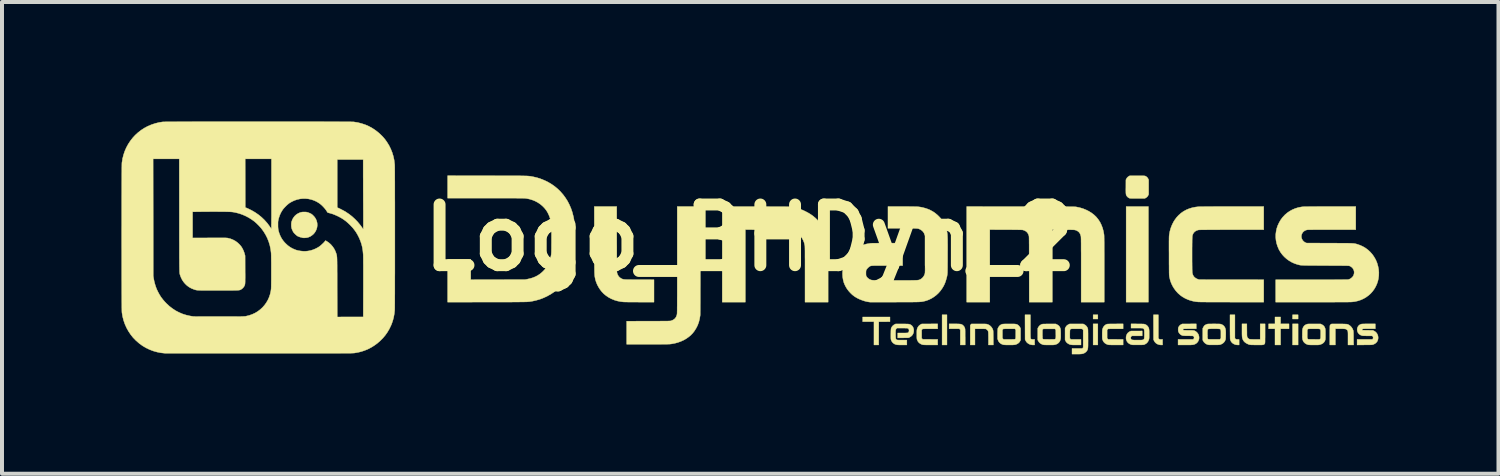
<source format=kicad_pcb>
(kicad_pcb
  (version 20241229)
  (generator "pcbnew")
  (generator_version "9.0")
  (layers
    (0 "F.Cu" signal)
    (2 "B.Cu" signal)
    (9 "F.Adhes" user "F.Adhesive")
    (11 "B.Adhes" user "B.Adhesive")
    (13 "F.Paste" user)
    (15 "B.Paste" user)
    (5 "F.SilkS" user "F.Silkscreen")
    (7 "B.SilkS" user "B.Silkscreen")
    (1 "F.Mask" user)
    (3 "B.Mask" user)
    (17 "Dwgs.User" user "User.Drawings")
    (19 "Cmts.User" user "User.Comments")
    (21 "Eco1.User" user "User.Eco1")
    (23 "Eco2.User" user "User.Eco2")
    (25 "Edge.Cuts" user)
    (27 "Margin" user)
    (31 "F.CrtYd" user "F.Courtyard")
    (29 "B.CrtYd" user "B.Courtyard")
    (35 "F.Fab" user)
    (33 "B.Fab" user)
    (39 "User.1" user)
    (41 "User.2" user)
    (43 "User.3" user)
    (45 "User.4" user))
  (footprint "Logo_BHDyn_2"
    (layer "F.Cu")
    (at 15.79 2.92)
    (property "Reference" "Logo_BHDyn_2" (at 0 0 0) (layer "F.SilkS") (effects (font (size 1.524 1.524) (thickness 0.3))))
    (attr through_hole)
    (fp_poly (pts (xy 4.94 2.692) (xy 4.818 2.692) (xy 4.818 1.935) (xy 4.94 1.935) (xy 4.94 2.692)) (stroke (width 0.01) (type solid)) (fill yes) (layer "F.SilkS"))
    (fp_poly (pts (xy 8.729 2.04) (xy 8.611 2.04) (xy 8.611 1.935) (xy 8.729 1.935) (xy 8.729 2.04)) (stroke (width 0.01) (type solid)) (fill yes) (layer "F.SilkS"))
    (fp_poly (pts (xy 8.729 2.692) (xy 8.611 2.692) (xy 8.611 2.163) (xy 8.729 2.163) (xy 8.729 2.692)) (stroke (width 0.01) (type solid)) (fill yes) (layer "F.SilkS"))
    (fp_poly (pts (xy 9.999 1.617) (xy 9.44 1.617) (xy 9.44 -0.783) (xy 9.999 -0.783) (xy 9.999 1.617)) (stroke (width 0.01) (type solid)) (fill yes) (layer "F.SilkS"))
    (fp_poly (pts (xy 13.758 2.04) (xy 13.619 2.04) (xy 13.619 1.935) (xy 13.758 1.935) (xy 13.758 2.04)) (stroke (width 0.01) (type solid)) (fill yes) (layer "F.SilkS"))
    (fp_poly (pts (xy 13.758 2.692) (xy 13.619 2.692) (xy 13.619 2.163) (xy 13.758 2.163) (xy 13.758 2.692)) (stroke (width 0.01) (type solid)) (fill yes) (layer "F.SilkS"))
    (fp_poly (pts (xy 3.509 2.108) (xy 3.369 2.109) (xy 3.228 2.11) (xy 3.227 2.401) (xy 3.226 2.692) (xy 3.107 2.692) (xy 3.107 2.108) (xy 2.824 2.108) (xy 2.824 1.99) (xy 3.509 1.99) (xy 3.509 2.108)) (stroke (width 0.01) (type solid)) (fill yes) (layer "F.SilkS"))
    (fp_poly (pts (xy 13.318 2.163) (xy 13.53 2.163) (xy 13.53 2.286) (xy 13.318 2.286) (xy 13.318 2.692) (xy 13.178 2.692) (xy 13.178 2.286) (xy 13.018 2.286) (xy 13.018 2.163) (xy 13.178 2.163) (xy 13.178 1.99) (xy 13.318 1.99) (xy 13.318 2.163)) (stroke (width 0.01) (type solid)) (fill yes) (layer "F.SilkS"))
    (fp_poly (pts (xy 10.249 2.524) (xy 10.263 2.538) (xy 10.27 2.545) (xy 10.277 2.549) (xy 10.284 2.552) (xy 10.296 2.553) (xy 10.313 2.553) (xy 10.316 2.553) (xy 10.355 2.553) (xy 10.355 2.692) (xy 10.322 2.692) (xy 10.301 2.691) (xy 10.278 2.688) (xy 10.261 2.684) (xy 10.223 2.67) (xy 10.191 2.65) (xy 10.164 2.623) (xy 10.143 2.591) (xy 10.142 2.587) (xy 10.128 2.559) (xy 10.127 2.247) (xy 10.126 1.935) (xy 10.249 1.935) (xy 10.249 2.524)) (stroke (width 0.01) (type solid)) (fill yes) (layer "F.SilkS"))
    (fp_poly (pts (xy 7.036 2.224) (xy 7.036 2.289) (xy 7.036 2.345) (xy 7.036 2.393) (xy 7.037 2.434) (xy 7.037 2.467) (xy 7.038 2.492) (xy 7.039 2.511) (xy 7.04 2.522) (xy 7.04 2.527) (xy 7.047 2.538) (xy 7.057 2.546) (xy 7.072 2.551) (xy 7.094 2.553) (xy 7.105 2.553) (xy 7.142 2.553) (xy 7.142 2.692) (xy 7.107 2.692) (xy 7.081 2.691) (xy 7.055 2.687) (xy 7.04 2.684) (xy 7.005 2.671) (xy 6.98 2.656) (xy 6.955 2.637) (xy 6.936 2.616) (xy 6.92 2.592) (xy 6.914 2.58) (xy 6.902 2.555) (xy 6.901 2.245) (xy 6.9 1.935) (xy 7.036 1.935) (xy 7.036 2.224)) (stroke (width 0.01) (type solid)) (fill yes) (layer "F.SilkS"))
    (fp_poly (pts (xy 12.171 2.523) (xy 12.183 2.537) (xy 12.189 2.543) (xy 12.195 2.547) (xy 12.203 2.55) (xy 12.214 2.551) (xy 12.231 2.552) (xy 12.236 2.552) (xy 12.277 2.554) (xy 12.277 2.692) (xy 12.244 2.692) (xy 12.205 2.689) (xy 12.179 2.683) (xy 12.143 2.668) (xy 12.111 2.647) (xy 12.085 2.621) (xy 12.066 2.591) (xy 12.054 2.557) (xy 12.052 2.546) (xy 12.051 2.537) (xy 12.051 2.521) (xy 12.05 2.497) (xy 12.05 2.466) (xy 12.049 2.43) (xy 12.049 2.388) (xy 12.048 2.342) (xy 12.048 2.292) (xy 12.048 2.238) (xy 12.048 2.228) (xy 12.048 1.935) (xy 12.171 1.935) (xy 12.171 2.523)) (stroke (width 0.01) (type solid)) (fill yes) (layer "F.SilkS"))
    (fp_poly (pts (xy 5.128 2.163) (xy 5.17 2.163) (xy 5.205 2.164) (xy 5.234 2.165) (xy 5.257 2.166) (xy 5.275 2.168) (xy 5.291 2.171) (xy 5.303 2.175) (xy 5.314 2.18) (xy 5.325 2.186) (xy 5.332 2.19) (xy 5.357 2.213) (xy 5.377 2.24) (xy 5.389 2.268) (xy 5.391 2.275) (xy 5.392 2.281) (xy 5.394 2.288) (xy 5.395 2.298) (xy 5.396 2.309) (xy 5.396 2.324) (xy 5.397 2.344) (xy 5.397 2.368) (xy 5.397 2.398) (xy 5.397 2.434) (xy 5.397 2.478) (xy 5.398 2.493) (xy 5.398 2.692) (xy 5.275 2.692) (xy 5.275 2.311) (xy 5.262 2.298) (xy 5.25 2.286) (xy 4.995 2.286) (xy 4.995 2.163) (xy 5.128 2.163)) (stroke (width 0.01) (type solid)) (fill yes) (layer "F.SilkS"))
    (fp_poly (pts (xy 5.822 2.164) (xy 5.86 2.164) (xy 5.89 2.165) (xy 5.913 2.166) (xy 5.928 2.167) (xy 5.931 2.167) (xy 5.969 2.178) (xy 6.005 2.196) (xy 6.036 2.221) (xy 6.063 2.251) (xy 6.084 2.286) (xy 6.092 2.307) (xy 6.095 2.314) (xy 6.097 2.321) (xy 6.098 2.328) (xy 6.1 2.338) (xy 6.101 2.349) (xy 6.101 2.364) (xy 6.102 2.383) (xy 6.102 2.407) (xy 6.103 2.437) (xy 6.103 2.474) (xy 6.104 2.514) (xy 6.105 2.692) (xy 5.982 2.692) (xy 5.982 2.532) (xy 5.982 2.488) (xy 5.981 2.452) (xy 5.981 2.423) (xy 5.98 2.399) (xy 5.979 2.38) (xy 5.978 2.366) (xy 5.975 2.354) (xy 5.972 2.345) (xy 5.969 2.337) (xy 5.964 2.33) (xy 5.96 2.324) (xy 5.95 2.314) (xy 5.937 2.303) (xy 5.931 2.299) (xy 5.912 2.288) (xy 5.777 2.287) (xy 5.643 2.286) (xy 5.643 2.692) (xy 5.525 2.692) (xy 5.525 2.197) (xy 5.539 2.181) (xy 5.553 2.165) (xy 5.728 2.164) (xy 5.779 2.164) (xy 5.822 2.164)) (stroke (width 0.01) (type solid)) (fill yes) (layer "F.SilkS"))
    (fp_poly (pts (xy 4.707 2.286) (xy 4.519 2.287) (xy 4.33 2.288) (xy 4.318 2.302) (xy 4.305 2.316) (xy 4.305 2.523) (xy 4.318 2.537) (xy 4.33 2.551) (xy 4.519 2.552) (xy 4.707 2.553) (xy 4.707 2.692) (xy 4.531 2.692) (xy 4.487 2.692) (xy 4.45 2.692) (xy 4.421 2.692) (xy 4.397 2.691) (xy 4.377 2.691) (xy 4.362 2.69) (xy 4.35 2.689) (xy 4.34 2.688) (xy 4.331 2.686) (xy 4.323 2.684) (xy 4.322 2.684) (xy 4.286 2.67) (xy 4.254 2.65) (xy 4.226 2.625) (xy 4.205 2.594) (xy 4.191 2.562) (xy 4.188 2.553) (xy 4.186 2.543) (xy 4.185 2.532) (xy 4.184 2.517) (xy 4.183 2.499) (xy 4.183 2.476) (xy 4.183 2.445) (xy 4.183 2.428) (xy 4.183 2.39) (xy 4.183 2.359) (xy 4.184 2.334) (xy 4.186 2.314) (xy 4.189 2.297) (xy 4.193 2.282) (xy 4.198 2.269) (xy 4.205 2.255) (xy 4.206 2.252) (xy 4.226 2.221) (xy 4.253 2.196) (xy 4.279 2.179) (xy 4.307 2.165) (xy 4.507 2.164) (xy 4.707 2.163) (xy 4.707 2.286)) (stroke (width 0.01) (type solid)) (fill yes) (layer "F.SilkS"))
    (fp_poly (pts (xy 9.765 -1.556) (xy 9.802 -1.556) (xy 9.832 -1.556) (xy 9.856 -1.555) (xy 9.875 -1.555) (xy 9.89 -1.554) (xy 9.901 -1.554) (xy 9.909 -1.552) (xy 9.915 -1.551) (xy 9.921 -1.549) (xy 9.925 -1.547) (xy 9.928 -1.546) (xy 9.955 -1.529) (xy 9.978 -1.505) (xy 9.994 -1.478) (xy 10.005 -1.454) (xy 10.005 -1.09) (xy 9.994 -1.066) (xy 9.977 -1.038) (xy 9.953 -1.014) (xy 9.929 -0.999) (xy 9.908 -0.988) (xy 9.724 -0.988) (xy 9.678 -0.987) (xy 9.639 -0.987) (xy 9.607 -0.988) (xy 9.582 -0.988) (xy 9.562 -0.989) (xy 9.547 -0.989) (xy 9.536 -0.99) (xy 9.528 -0.992) (xy 9.524 -0.993) (xy 9.498 -1.006) (xy 9.475 -1.024) (xy 9.458 -1.044) (xy 9.451 -1.054) (xy 9.446 -1.063) (xy 9.442 -1.072) (xy 9.439 -1.083) (xy 9.436 -1.095) (xy 9.435 -1.11) (xy 9.433 -1.13) (xy 9.433 -1.153) (xy 9.432 -1.183) (xy 9.432 -1.218) (xy 9.433 -1.261) (xy 9.433 -1.281) (xy 9.434 -1.454) (xy 9.445 -1.478) (xy 9.463 -1.506) (xy 9.486 -1.529) (xy 9.511 -1.546) (xy 9.531 -1.556) (xy 9.72 -1.556) (xy 9.765 -1.556)) (stroke (width 0.01) (type solid)) (fill yes) (layer "F.SilkS"))
    (fp_poly (pts (xy 9.364 2.286) (xy 9.175 2.287) (xy 8.987 2.288) (xy 8.962 2.316) (xy 8.962 2.523) (xy 8.974 2.537) (xy 8.987 2.551) (xy 9.175 2.552) (xy 9.364 2.553) (xy 9.364 2.692) (xy 9.187 2.692) (xy 9.143 2.692) (xy 9.107 2.692) (xy 9.077 2.692) (xy 9.053 2.691) (xy 9.034 2.691) (xy 9.019 2.69) (xy 9.007 2.689) (xy 8.997 2.688) (xy 8.988 2.686) (xy 8.979 2.684) (xy 8.979 2.684) (xy 8.943 2.67) (xy 8.91 2.65) (xy 8.883 2.625) (xy 8.862 2.594) (xy 8.848 2.562) (xy 8.845 2.553) (xy 8.843 2.543) (xy 8.841 2.532) (xy 8.84 2.517) (xy 8.84 2.499) (xy 8.839 2.476) (xy 8.839 2.445) (xy 8.839 2.428) (xy 8.839 2.392) (xy 8.84 2.362) (xy 8.841 2.34) (xy 8.842 2.322) (xy 8.843 2.308) (xy 8.846 2.297) (xy 8.846 2.297) (xy 8.859 2.26) (xy 8.878 2.228) (xy 8.902 2.202) (xy 8.93 2.182) (xy 8.944 2.175) (xy 8.95 2.173) (xy 8.956 2.171) (xy 8.962 2.169) (xy 8.97 2.168) (xy 8.98 2.167) (xy 8.993 2.166) (xy 9.01 2.166) (xy 9.032 2.165) (xy 9.059 2.165) (xy 9.093 2.165) (xy 9.134 2.164) (xy 9.166 2.164) (xy 9.364 2.163) (xy 9.364 2.286)) (stroke (width 0.01) (type solid)) (fill yes) (layer "F.SilkS"))
    (fp_poly (pts (xy -11.143 -0.644) (xy -11.111 -0.636) (xy -11.079 -0.624) (xy -11.054 -0.613) (xy -11.033 -0.603) (xy -11.016 -0.593) (xy -11.002 -0.582) (xy -10.986 -0.568) (xy -10.973 -0.555) (xy -10.938 -0.517) (xy -10.912 -0.476) (xy -10.892 -0.433) (xy -10.879 -0.385) (xy -10.875 -0.36) (xy -10.873 -0.311) (xy -10.879 -0.261) (xy -10.893 -0.211) (xy -10.912 -0.169) (xy -10.938 -0.127) (xy -10.971 -0.089) (xy -11.01 -0.057) (xy -11.052 -0.03) (xy -11.099 -0.011) (xy -11.115 -0.006) (xy -11.131 -0.003) (xy -11.151 -0.000093) (xy -11.174 0.002) (xy -11.197 0.003) (xy -11.218 0.003) (xy -11.235 0.001) (xy -11.247 -0.001) (xy -11.251 -0.002) (xy -11.261 -0.007) (xy -11.27 -0.008) (xy -11.282 -0.01) (xy -11.299 -0.015) (xy -11.32 -0.021) (xy -11.34 -0.029) (xy -11.359 -0.037) (xy -11.368 -0.041) (xy -11.379 -0.049) (xy -11.395 -0.061) (xy -11.412 -0.076) (xy -11.429 -0.092) (xy -11.43 -0.093) (xy -11.448 -0.111) (xy -11.462 -0.127) (xy -11.472 -0.14) (xy -11.481 -0.155) (xy -11.49 -0.174) (xy -11.504 -0.204) (xy -11.514 -0.231) (xy -11.52 -0.257) (xy -11.524 -0.285) (xy -11.525 -0.318) (xy -11.525 -0.322) (xy -11.525 -0.348) (xy -11.523 -0.369) (xy -11.521 -0.386) (xy -11.517 -0.404) (xy -11.515 -0.408) (xy -11.497 -0.459) (xy -11.471 -0.504) (xy -11.44 -0.544) (xy -11.402 -0.579) (xy -11.358 -0.608) (xy -11.31 -0.63) (xy -11.304 -0.632) (xy -11.285 -0.638) (xy -11.268 -0.642) (xy -11.25 -0.645) (xy -11.228 -0.646) (xy -11.216 -0.647) (xy -11.177 -0.647) (xy -11.143 -0.644)) (stroke (width 0.01) (type solid)) (fill yes) (layer "F.SilkS"))
    (fp_poly (pts (xy 12.472 2.323) (xy 12.473 2.365) (xy 12.473 2.4) (xy 12.473 2.428) (xy 12.474 2.451) (xy 12.475 2.468) (xy 12.477 2.482) (xy 12.48 2.492) (xy 12.483 2.5) (xy 12.487 2.507) (xy 12.492 2.513) (xy 12.499 2.52) (xy 12.502 2.523) (xy 12.51 2.531) (xy 12.517 2.537) (xy 12.526 2.542) (xy 12.535 2.546) (xy 12.548 2.549) (xy 12.563 2.55) (xy 12.584 2.552) (xy 12.61 2.552) (xy 12.642 2.553) (xy 12.678 2.553) (xy 12.806 2.553) (xy 12.806 2.163) (xy 12.929 2.163) (xy 12.929 2.406) (xy 12.929 2.457) (xy 12.929 2.501) (xy 12.928 2.537) (xy 12.928 2.567) (xy 12.928 2.592) (xy 12.928 2.611) (xy 12.927 2.626) (xy 12.926 2.637) (xy 12.925 2.646) (xy 12.924 2.652) (xy 12.923 2.656) (xy 12.921 2.66) (xy 12.92 2.662) (xy 12.91 2.674) (xy 12.895 2.683) (xy 12.894 2.684) (xy 12.888 2.686) (xy 12.883 2.688) (xy 12.875 2.689) (xy 12.865 2.69) (xy 12.852 2.691) (xy 12.835 2.692) (xy 12.812 2.692) (xy 12.784 2.692) (xy 12.748 2.692) (xy 12.723 2.692) (xy 12.678 2.692) (xy 12.64 2.691) (xy 12.609 2.691) (xy 12.584 2.69) (xy 12.565 2.689) (xy 12.552 2.687) (xy 12.545 2.686) (xy 12.514 2.677) (xy 12.482 2.663) (xy 12.451 2.646) (xy 12.424 2.627) (xy 12.403 2.607) (xy 12.399 2.603) (xy 12.39 2.589) (xy 12.379 2.572) (xy 12.373 2.561) (xy 12.367 2.549) (xy 12.363 2.536) (xy 12.359 2.524) (xy 12.355 2.509) (xy 12.353 2.492) (xy 12.351 2.472) (xy 12.35 2.447) (xy 12.349 2.417) (xy 12.349 2.381) (xy 12.349 2.338) (xy 12.349 2.321) (xy 12.349 2.163) (xy 12.471 2.163) (xy 12.472 2.323)) (stroke (width 0.01) (type solid)) (fill yes) (layer "F.SilkS"))
    (fp_poly (pts (xy 14.699 2.164) (xy 14.736 2.164) (xy 14.779 2.164) (xy 14.785 2.164) (xy 14.832 2.165) (xy 14.872 2.165) (xy 14.905 2.166) (xy 14.933 2.167) (xy 14.955 2.168) (xy 14.973 2.169) (xy 14.987 2.171) (xy 14.999 2.174) (xy 15.01 2.178) (xy 15.019 2.182) (xy 15.029 2.187) (xy 15.039 2.193) (xy 15.074 2.219) (xy 15.103 2.251) (xy 15.126 2.288) (xy 15.139 2.32) (xy 15.142 2.327) (xy 15.144 2.334) (xy 15.145 2.342) (xy 15.146 2.352) (xy 15.147 2.364) (xy 15.148 2.38) (xy 15.149 2.4) (xy 15.149 2.426) (xy 15.15 2.458) (xy 15.15 2.497) (xy 15.15 2.52) (xy 15.152 2.692) (xy 15.011 2.692) (xy 15.011 2.524) (xy 15.011 2.479) (xy 15.011 2.442) (xy 15.011 2.411) (xy 15.01 2.387) (xy 15.009 2.367) (xy 15.007 2.352) (xy 15.004 2.34) (xy 15.001 2.331) (xy 14.996 2.324) (xy 14.991 2.318) (xy 14.984 2.312) (xy 14.98 2.309) (xy 14.972 2.302) (xy 14.964 2.297) (xy 14.955 2.294) (xy 14.943 2.291) (xy 14.929 2.289) (xy 14.91 2.287) (xy 14.886 2.286) (xy 14.856 2.286) (xy 14.818 2.286) (xy 14.813 2.286) (xy 14.694 2.286) (xy 14.694 2.692) (xy 14.554 2.692) (xy 14.554 2.45) (xy 14.554 2.399) (xy 14.554 2.355) (xy 14.554 2.318) (xy 14.555 2.288) (xy 14.555 2.264) (xy 14.555 2.244) (xy 14.556 2.229) (xy 14.556 2.218) (xy 14.557 2.21) (xy 14.558 2.204) (xy 14.56 2.199) (xy 14.561 2.196) (xy 14.563 2.194) (xy 14.572 2.182) (xy 14.584 2.172) (xy 14.585 2.172) (xy 14.588 2.17) (xy 14.592 2.168) (xy 14.598 2.166) (xy 14.605 2.165) (xy 14.615 2.165) (xy 14.629 2.164) (xy 14.647 2.164) (xy 14.67 2.164) (xy 14.699 2.164)) (stroke (width 0.01) (type solid)) (fill yes) (layer "F.SilkS"))
    (fp_poly (pts (xy 15.697 2.286) (xy 15.537 2.286) (xy 15.494 2.286) (xy 15.459 2.286) (xy 15.431 2.286) (xy 15.41 2.287) (xy 15.393 2.288) (xy 15.382 2.29) (xy 15.374 2.292) (xy 15.37 2.295) (xy 15.367 2.298) (xy 15.367 2.303) (xy 15.368 2.309) (xy 15.368 2.31) (xy 15.369 2.322) (xy 15.503 2.324) (xy 15.636 2.326) (xy 15.669 2.342) (xy 15.701 2.363) (xy 15.727 2.389) (xy 15.747 2.42) (xy 15.761 2.455) (xy 15.768 2.493) (xy 15.768 2.526) (xy 15.761 2.565) (xy 15.747 2.6) (xy 15.725 2.629) (xy 15.697 2.654) (xy 15.663 2.673) (xy 15.643 2.681) (xy 15.636 2.683) (xy 15.629 2.685) (xy 15.621 2.686) (xy 15.612 2.688) (xy 15.601 2.689) (xy 15.586 2.689) (xy 15.567 2.69) (xy 15.543 2.69) (xy 15.513 2.691) (xy 15.477 2.691) (xy 15.433 2.691) (xy 15.427 2.691) (xy 15.24 2.693) (xy 15.24 2.553) (xy 15.621 2.553) (xy 15.632 2.542) (xy 15.638 2.534) (xy 15.642 2.523) (xy 15.642 2.51) (xy 15.641 2.496) (xy 15.638 2.486) (xy 15.63 2.477) (xy 15.63 2.476) (xy 15.617 2.464) (xy 15.505 2.464) (xy 15.474 2.464) (xy 15.445 2.463) (xy 15.418 2.462) (xy 15.396 2.462) (xy 15.379 2.461) (xy 15.371 2.46) (xy 15.337 2.449) (xy 15.306 2.432) (xy 15.281 2.41) (xy 15.261 2.383) (xy 15.248 2.353) (xy 15.241 2.321) (xy 15.242 2.286) (xy 15.243 2.281) (xy 15.253 2.247) (xy 15.27 2.218) (xy 15.292 2.195) (xy 15.321 2.178) (xy 15.342 2.17) (xy 15.349 2.168) (xy 15.358 2.167) (xy 15.369 2.166) (xy 15.384 2.165) (xy 15.403 2.164) (xy 15.428 2.164) (xy 15.458 2.163) (xy 15.496 2.163) (xy 15.531 2.163) (xy 15.697 2.163) (xy 15.697 2.286)) (stroke (width 0.01) (type solid)) (fill yes) (layer "F.SilkS"))
    (fp_poly (pts (xy 8.387 2.177) (xy 8.418 2.196) (xy 8.444 2.221) (xy 8.465 2.252) (xy 8.478 2.286) (xy 8.479 2.291) (xy 8.48 2.299) (xy 8.481 2.316) (xy 8.482 2.339) (xy 8.482 2.37) (xy 8.483 2.406) (xy 8.483 2.449) (xy 8.483 2.496) (xy 8.483 2.536) (xy 8.484 2.589) (xy 8.483 2.634) (xy 8.483 2.672) (xy 8.483 2.704) (xy 8.482 2.731) (xy 8.481 2.753) (xy 8.479 2.77) (xy 8.477 2.785) (xy 8.475 2.797) (xy 8.472 2.807) (xy 8.468 2.816) (xy 8.463 2.825) (xy 8.458 2.834) (xy 8.457 2.836) (xy 8.437 2.862) (xy 8.41 2.884) (xy 8.388 2.897) (xy 8.374 2.904) (xy 8.36 2.909) (xy 8.346 2.913) (xy 8.33 2.916) (xy 8.312 2.918) (xy 8.289 2.92) (xy 8.261 2.921) (xy 8.226 2.921) (xy 8.198 2.921) (xy 8.081 2.921) (xy 8.081 2.781) (xy 8.336 2.781) (xy 8.361 2.757) (xy 8.361 2.316) (xy 8.336 2.288) (xy 8.199 2.287) (xy 8.157 2.287) (xy 8.122 2.287) (xy 8.095 2.287) (xy 8.075 2.288) (xy 8.061 2.289) (xy 8.052 2.29) (xy 8.051 2.291) (xy 8.044 2.294) (xy 8.038 2.298) (xy 8.034 2.305) (xy 8.031 2.314) (xy 8.029 2.327) (xy 8.027 2.345) (xy 8.027 2.369) (xy 8.026 2.4) (xy 8.026 2.424) (xy 8.026 2.528) (xy 8.039 2.54) (xy 8.051 2.553) (xy 8.306 2.553) (xy 8.306 2.692) (xy 8.19 2.692) (xy 8.15 2.692) (xy 8.118 2.692) (xy 8.092 2.691) (xy 8.071 2.689) (xy 8.054 2.687) (xy 8.039 2.684) (xy 8.025 2.68) (xy 8.011 2.674) (xy 7.998 2.668) (xy 7.967 2.649) (xy 7.942 2.627) (xy 7.923 2.599) (xy 7.919 2.591) (xy 7.906 2.563) (xy 7.906 2.275) (xy 7.918 2.251) (xy 7.937 2.221) (xy 7.962 2.196) (xy 7.992 2.179) (xy 8.02 2.165) (xy 8.363 2.165) (xy 8.387 2.177)) (stroke (width 0.01) (type solid)) (fill yes) (layer "F.SilkS"))
    (fp_poly (pts (xy -3.352 0.041) (xy -3.352 0.14) (xy -3.351 0.23) (xy -3.351 0.313) (xy -3.351 0.388) (xy -3.351 0.456) (xy -3.351 0.517) (xy -3.351 0.572) (xy -3.35 0.622) (xy -3.35 0.665) (xy -3.35 0.704) (xy -3.35 0.737) (xy -3.349 0.766) (xy -3.349 0.791) (xy -3.349 0.812) (xy -3.348 0.83) (xy -3.348 0.845) (xy -3.347 0.857) (xy -3.347 0.866) (xy -3.346 0.874) (xy -3.345 0.88) (xy -3.344 0.884) (xy -3.344 0.888) (xy -3.343 0.891) (xy -3.327 0.932) (xy -3.306 0.967) (xy -3.279 0.996) (xy -3.249 1.018) (xy -3.238 1.024) (xy -3.229 1.028) (xy -3.22 1.033) (xy -3.212 1.036) (xy -3.204 1.039) (xy -3.195 1.042) (xy -3.185 1.044) (xy -3.173 1.046) (xy -3.158 1.048) (xy -3.141 1.049) (xy -3.119 1.05) (xy -3.094 1.051) (xy -3.064 1.051) (xy -3.029 1.052) (xy -2.988 1.052) (xy -2.94 1.053) (xy -2.886 1.053) (xy -2.824 1.053) (xy -2.789 1.053) (xy -2.417 1.054) (xy -2.417 1.617) (xy -2.776 1.617) (xy -2.832 1.616) (xy -2.886 1.616) (xy -2.937 1.616) (xy -2.986 1.616) (xy -3.031 1.615) (xy -3.071 1.615) (xy -3.107 1.614) (xy -3.136 1.614) (xy -3.159 1.613) (xy -3.174 1.613) (xy -3.179 1.613) (xy -3.26 1.603) (xy -3.339 1.587) (xy -3.415 1.564) (xy -3.487 1.534) (xy -3.554 1.499) (xy -3.617 1.457) (xy -3.674 1.411) (xy -3.724 1.36) (xy -3.77 1.301) (xy -3.81 1.239) (xy -3.844 1.174) (xy -3.871 1.107) (xy -3.891 1.041) (xy -3.894 1.024) (xy -3.896 1.013) (xy -3.898 1.003) (xy -3.9 0.993) (xy -3.902 0.983) (xy -3.903 0.973) (xy -3.905 0.962) (xy -3.906 0.95) (xy -3.907 0.937) (xy -3.908 0.921) (xy -3.909 0.903) (xy -3.91 0.883) (xy -3.911 0.86) (xy -3.911 0.833) (xy -3.912 0.802) (xy -3.912 0.768) (xy -3.913 0.729) (xy -3.913 0.685) (xy -3.913 0.635) (xy -3.913 0.58) (xy -3.914 0.519) (xy -3.914 0.452) (xy -3.914 0.378) (xy -3.914 0.296) (xy -3.914 0.207) (xy -3.915 0.111) (xy -3.915 0.065) (xy -3.916 -0.783) (xy -3.353 -0.783) (xy -3.352 0.041)) (stroke (width 0.01) (type solid)) (fill yes) (layer "F.SilkS"))
    (fp_poly (pts (xy -1.253 0.564) (xy -1.253 0.704) (xy -1.253 0.836) (xy -1.253 0.962) (xy -1.253 1.081) (xy -1.253 1.192) (xy -1.254 1.297) (xy -1.254 1.394) (xy -1.254 1.483) (xy -1.254 1.565) (xy -1.254 1.639) (xy -1.255 1.706) (xy -1.255 1.765) (xy -1.255 1.816) (xy -1.256 1.859) (xy -1.256 1.893) (xy -1.256 1.92) (xy -1.257 1.938) (xy -1.257 1.948) (xy -1.257 1.949) (xy -1.271 2.035) (xy -1.291 2.116) (xy -1.319 2.193) (xy -1.355 2.266) (xy -1.397 2.334) (xy -1.438 2.388) (xy -1.487 2.441) (xy -1.542 2.488) (xy -1.604 2.532) (xy -1.67 2.57) (xy -1.742 2.603) (xy -1.817 2.63) (xy -1.895 2.651) (xy -1.976 2.666) (xy -2.021 2.671) (xy -2.033 2.672) (xy -2.052 2.672) (xy -2.08 2.673) (xy -2.115 2.674) (xy -2.156 2.674) (xy -2.205 2.674) (xy -2.259 2.675) (xy -2.32 2.675) (xy -2.386 2.675) (xy -2.457 2.675) (xy -2.533 2.675) (xy -2.586 2.675) (xy -3.103 2.675) (xy -3.103 2.096) (xy -2.558 2.094) (xy -2.479 2.094) (xy -2.407 2.094) (xy -2.343 2.094) (xy -2.287 2.094) (xy -2.237 2.093) (xy -2.193 2.093) (xy -2.155 2.093) (xy -2.122 2.092) (xy -2.094 2.092) (xy -2.071 2.092) (xy -2.051 2.091) (xy -2.035 2.091) (xy -2.023 2.09) (xy -2.012 2.089) (xy -2.004 2.089) (xy -1.998 2.088) (xy -1.993 2.087) (xy -1.989 2.086) (xy -1.988 2.085) (xy -1.947 2.069) (xy -1.912 2.048) (xy -1.884 2.022) (xy -1.862 1.989) (xy -1.846 1.951) (xy -1.84 1.925) (xy -1.839 1.922) (xy -1.838 1.917) (xy -1.838 1.91) (xy -1.837 1.903) (xy -1.837 1.893) (xy -1.836 1.88) (xy -1.836 1.866) (xy -1.836 1.848) (xy -1.835 1.827) (xy -1.835 1.803) (xy -1.835 1.776) (xy -1.835 1.744) (xy -1.834 1.708) (xy -1.834 1.668) (xy -1.834 1.623) (xy -1.834 1.573) (xy -1.834 1.518) (xy -1.833 1.457) (xy -1.833 1.39) (xy -1.833 1.317) (xy -1.833 1.238) (xy -1.833 1.152) (xy -1.833 1.059) (xy -1.833 0.959) (xy -1.833 0.851) (xy -1.833 0.735) (xy -1.833 0.612) (xy -1.833 -0.783) (xy -1.253 -0.783) (xy -1.253 0.564)) (stroke (width 0.01) (type solid)) (fill yes) (layer "F.SilkS"))
    (fp_poly (pts (xy 6.572 2.164) (xy 6.604 2.164) (xy 6.629 2.165) (xy 6.65 2.167) (xy 6.667 2.169) (xy 6.681 2.171) (xy 6.693 2.175) (xy 6.703 2.179) (xy 6.707 2.181) (xy 6.732 2.197) (xy 6.754 2.22) (xy 6.772 2.245) (xy 6.776 2.253) (xy 6.788 2.28) (xy 6.788 2.568) (xy 6.776 2.594) (xy 6.759 2.622) (xy 6.735 2.646) (xy 6.704 2.666) (xy 6.702 2.667) (xy 6.687 2.674) (xy 6.674 2.679) (xy 6.66 2.684) (xy 6.644 2.687) (xy 6.626 2.689) (xy 6.603 2.691) (xy 6.576 2.692) (xy 6.543 2.692) (xy 6.502 2.692) (xy 6.5 2.692) (xy 6.463 2.692) (xy 6.434 2.692) (xy 6.41 2.691) (xy 6.392 2.69) (xy 6.377 2.689) (xy 6.366 2.688) (xy 6.355 2.686) (xy 6.349 2.684) (xy 6.311 2.67) (xy 6.279 2.65) (xy 6.252 2.624) (xy 6.231 2.594) (xy 6.218 2.559) (xy 6.215 2.546) (xy 6.213 2.534) (xy 6.212 2.515) (xy 6.211 2.491) (xy 6.211 2.463) (xy 6.211 2.433) (xy 6.211 2.402) (xy 6.212 2.371) (xy 6.213 2.343) (xy 6.214 2.317) (xy 6.214 2.316) (xy 6.333 2.316) (xy 6.333 2.524) (xy 6.347 2.538) (xy 6.362 2.553) (xy 6.5 2.553) (xy 6.543 2.553) (xy 6.579 2.552) (xy 6.606 2.552) (xy 6.627 2.551) (xy 6.64 2.549) (xy 6.647 2.548) (xy 6.648 2.548) (xy 6.653 2.544) (xy 6.658 2.541) (xy 6.661 2.535) (xy 6.664 2.528) (xy 6.665 2.516) (xy 6.666 2.501) (xy 6.667 2.48) (xy 6.667 2.452) (xy 6.667 2.42) (xy 6.668 2.311) (xy 6.655 2.298) (xy 6.642 2.286) (xy 6.358 2.288) (xy 6.345 2.302) (xy 6.333 2.316) (xy 6.214 2.316) (xy 6.215 2.297) (xy 6.217 2.282) (xy 6.218 2.277) (xy 6.227 2.258) (xy 6.24 2.237) (xy 6.255 2.217) (xy 6.271 2.201) (xy 6.273 2.199) (xy 6.288 2.189) (xy 6.306 2.179) (xy 6.315 2.175) (xy 6.322 2.173) (xy 6.329 2.17) (xy 6.336 2.169) (xy 6.346 2.168) (xy 6.358 2.167) (xy 6.374 2.166) (xy 6.395 2.165) (xy 6.421 2.165) (xy 6.455 2.164) (xy 6.488 2.164) (xy 6.533 2.164) (xy 6.572 2.164)) (stroke (width 0.01) (type solid)) (fill yes) (layer "F.SilkS"))
    (fp_poly (pts (xy 11.201 2.286) (xy 11.042 2.286) (xy 11.006 2.286) (xy 10.972 2.286) (xy 10.942 2.287) (xy 10.917 2.287) (xy 10.897 2.288) (xy 10.883 2.288) (xy 10.877 2.289) (xy 10.877 2.289) (xy 10.871 2.298) (xy 10.869 2.31) (xy 10.871 2.316) (xy 10.873 2.318) (xy 10.876 2.32) (xy 10.881 2.321) (xy 10.889 2.322) (xy 10.901 2.323) (xy 10.918 2.324) (xy 10.94 2.324) (xy 10.969 2.325) (xy 11.006 2.325) (xy 11.042 2.325) (xy 11.072 2.326) (xy 11.095 2.326) (xy 11.113 2.327) (xy 11.126 2.328) (xy 11.137 2.329) (xy 11.145 2.331) (xy 11.152 2.333) (xy 11.159 2.336) (xy 11.16 2.336) (xy 11.188 2.352) (xy 11.215 2.374) (xy 11.238 2.401) (xy 11.255 2.43) (xy 11.261 2.444) (xy 11.27 2.483) (xy 11.272 2.521) (xy 11.266 2.557) (xy 11.253 2.591) (xy 11.234 2.621) (xy 11.209 2.647) (xy 11.178 2.667) (xy 11.174 2.669) (xy 11.162 2.674) (xy 11.151 2.679) (xy 11.139 2.683) (xy 11.126 2.685) (xy 11.111 2.688) (xy 11.094 2.689) (xy 11.072 2.691) (xy 11.045 2.692) (xy 11.013 2.692) (xy 10.974 2.692) (xy 10.928 2.692) (xy 10.921 2.692) (xy 10.744 2.692) (xy 10.744 2.553) (xy 11.122 2.553) (xy 11.134 2.54) (xy 11.143 2.528) (xy 11.146 2.515) (xy 11.146 2.512) (xy 11.144 2.496) (xy 11.137 2.481) (xy 11.128 2.47) (xy 11.12 2.466) (xy 11.113 2.466) (xy 11.1 2.465) (xy 11.079 2.464) (xy 11.054 2.464) (xy 11.026 2.463) (xy 10.994 2.463) (xy 10.988 2.463) (xy 10.952 2.462) (xy 10.924 2.462) (xy 10.901 2.461) (xy 10.885 2.46) (xy 10.872 2.459) (xy 10.862 2.458) (xy 10.854 2.456) (xy 10.847 2.454) (xy 10.841 2.452) (xy 10.811 2.435) (xy 10.784 2.411) (xy 10.764 2.383) (xy 10.76 2.376) (xy 10.754 2.362) (xy 10.75 2.351) (xy 10.747 2.339) (xy 10.747 2.324) (xy 10.746 2.305) (xy 10.747 2.285) (xy 10.748 2.27) (xy 10.75 2.259) (xy 10.754 2.249) (xy 10.758 2.241) (xy 10.778 2.211) (xy 10.803 2.189) (xy 10.824 2.176) (xy 10.848 2.165) (xy 11.025 2.164) (xy 11.201 2.163) (xy 11.201 2.286)) (stroke (width 0.01) (type solid)) (fill yes) (layer "F.SilkS"))
    (fp_poly (pts (xy 7.7 2.178) (xy 7.729 2.195) (xy 7.752 2.213) (xy 7.769 2.235) (xy 7.783 2.264) (xy 7.786 2.273) (xy 7.789 2.281) (xy 7.791 2.291) (xy 7.793 2.302) (xy 7.794 2.316) (xy 7.795 2.335) (xy 7.796 2.359) (xy 7.797 2.39) (xy 7.797 2.4) (xy 7.797 2.432) (xy 7.797 2.463) (xy 7.797 2.49) (xy 7.796 2.513) (xy 7.795 2.529) (xy 7.794 2.534) (xy 7.785 2.573) (xy 7.77 2.606) (xy 7.748 2.634) (xy 7.745 2.637) (xy 7.726 2.653) (xy 7.706 2.666) (xy 7.683 2.676) (xy 7.658 2.684) (xy 7.648 2.686) (xy 7.638 2.688) (xy 7.627 2.69) (xy 7.614 2.691) (xy 7.597 2.692) (xy 7.576 2.692) (xy 7.549 2.692) (xy 7.515 2.692) (xy 7.502 2.692) (xy 7.465 2.692) (xy 7.436 2.692) (xy 7.413 2.691) (xy 7.396 2.691) (xy 7.382 2.69) (xy 7.37 2.689) (xy 7.361 2.687) (xy 7.351 2.684) (xy 7.345 2.683) (xy 7.308 2.667) (xy 7.276 2.646) (xy 7.249 2.618) (xy 7.232 2.59) (xy 7.22 2.568) (xy 7.22 2.449) (xy 7.337 2.449) (xy 7.337 2.478) (xy 7.338 2.5) (xy 7.339 2.516) (xy 7.342 2.528) (xy 7.346 2.537) (xy 7.351 2.543) (xy 7.357 2.547) (xy 7.359 2.548) (xy 7.366 2.549) (xy 7.38 2.55) (xy 7.4 2.551) (xy 7.425 2.552) (xy 7.453 2.552) (xy 7.483 2.552) (xy 7.515 2.553) (xy 7.545 2.552) (xy 7.575 2.552) (xy 7.601 2.552) (xy 7.623 2.551) (xy 7.64 2.55) (xy 7.649 2.548) (xy 7.651 2.548) (xy 7.658 2.544) (xy 7.664 2.539) (xy 7.668 2.532) (xy 7.671 2.522) (xy 7.673 2.508) (xy 7.674 2.489) (xy 7.675 2.463) (xy 7.674 2.431) (xy 7.674 2.414) (xy 7.673 2.312) (xy 7.649 2.288) (xy 7.362 2.288) (xy 7.338 2.312) (xy 7.337 2.413) (xy 7.337 2.449) (xy 7.22 2.449) (xy 7.22 2.275) (xy 7.234 2.249) (xy 7.255 2.219) (xy 7.281 2.195) (xy 7.311 2.177) (xy 7.316 2.175) (xy 7.323 2.173) (xy 7.329 2.171) (xy 7.336 2.169) (xy 7.345 2.168) (xy 7.356 2.167) (xy 7.37 2.166) (xy 7.388 2.166) (xy 7.411 2.166) (xy 7.441 2.165) (xy 7.477 2.165) (xy 7.508 2.165) (xy 7.673 2.165) (xy 7.7 2.178)) (stroke (width 0.01) (type solid)) (fill yes) (layer "F.SilkS"))
    (fp_poly (pts (xy 0.134 -0.782) (xy 0.233 -0.782) (xy 0.324 -0.782) (xy 0.407 -0.782) (xy 0.483 -0.781) (xy 0.552 -0.781) (xy 0.614 -0.781) (xy 0.67 -0.781) (xy 0.72 -0.781) (xy 0.765 -0.78) (xy 0.804 -0.78) (xy 0.839 -0.78) (xy 0.87 -0.78) (xy 0.896 -0.779) (xy 0.919 -0.779) (xy 0.938 -0.779) (xy 0.955 -0.778) (xy 0.969 -0.777) (xy 0.981 -0.777) (xy 0.991 -0.776) (xy 0.999 -0.775) (xy 1.007 -0.775) (xy 1.014 -0.774) (xy 1.021 -0.773) (xy 1.028 -0.772) (xy 1.029 -0.772) (xy 1.097 -0.76) (xy 1.159 -0.746) (xy 1.216 -0.73) (xy 1.271 -0.712) (xy 1.326 -0.69) (xy 1.382 -0.663) (xy 1.394 -0.657) (xy 1.446 -0.63) (xy 1.494 -0.602) (xy 1.54 -0.571) (xy 1.575 -0.546) (xy 1.642 -0.49) (xy 1.703 -0.429) (xy 1.758 -0.362) (xy 1.806 -0.289) (xy 1.849 -0.212) (xy 1.884 -0.131) (xy 1.913 -0.045) (xy 1.935 0.044) (xy 1.949 0.137) (xy 1.951 0.154) (xy 1.952 0.166) (xy 1.953 0.185) (xy 1.953 0.213) (xy 1.954 0.248) (xy 1.954 0.292) (xy 1.955 0.345) (xy 1.955 0.405) (xy 1.955 0.474) (xy 1.955 0.551) (xy 1.956 0.637) (xy 1.956 0.73) (xy 1.956 0.833) (xy 1.956 0.909) (xy 1.956 1.617) (xy 1.376 1.617) (xy 1.376 0.921) (xy 1.376 0.83) (xy 1.376 0.747) (xy 1.376 0.671) (xy 1.376 0.603) (xy 1.376 0.541) (xy 1.375 0.486) (xy 1.375 0.438) (xy 1.375 0.394) (xy 1.375 0.357) (xy 1.375 0.324) (xy 1.374 0.296) (xy 1.374 0.272) (xy 1.373 0.252) (xy 1.373 0.235) (xy 1.372 0.221) (xy 1.372 0.21) (xy 1.371 0.201) (xy 1.37 0.194) (xy 1.369 0.188) (xy 1.355 0.128) (xy 1.334 0.072) (xy 1.306 0.019) (xy 1.271 -0.03) (xy 1.231 -0.073) (xy 1.197 -0.102) (xy 1.147 -0.135) (xy 1.092 -0.162) (xy 1.032 -0.182) (xy 0.995 -0.192) (xy 0.989 -0.193) (xy 0.983 -0.194) (xy 0.976 -0.195) (xy 0.969 -0.196) (xy 0.96 -0.197) (xy 0.949 -0.198) (xy 0.936 -0.198) (xy 0.92 -0.199) (xy 0.9 -0.199) (xy 0.877 -0.2) (xy 0.85 -0.2) (xy 0.818 -0.2) (xy 0.781 -0.201) (xy 0.738 -0.201) (xy 0.69 -0.201) (xy 0.634 -0.201) (xy 0.572 -0.202) (xy 0.502 -0.202) (xy 0.424 -0.202) (xy 0.416 -0.202) (xy -0.123 -0.204) (xy -0.123 1.617) (xy -0.703 1.617) (xy -0.703 -0.783) (xy 0.134 -0.782)) (stroke (width 0.01) (type solid)) (fill yes) (layer "F.SilkS"))
    (fp_poly (pts (xy 3.856 2.165) (xy 3.89 2.165) (xy 3.918 2.166) (xy 3.94 2.166) (xy 3.958 2.167) (xy 3.971 2.168) (xy 3.981 2.169) (xy 3.99 2.17) (xy 3.997 2.172) (xy 4.002 2.174) (xy 4.034 2.188) (xy 4.061 2.209) (xy 4.082 2.236) (xy 4.097 2.267) (xy 4.106 2.303) (xy 4.107 2.326) (xy 4.104 2.367) (xy 4.093 2.405) (xy 4.076 2.438) (xy 4.051 2.466) (xy 4.02 2.489) (xy 4.003 2.499) (xy 3.973 2.512) (xy 3.839 2.514) (xy 3.704 2.515) (xy 3.704 2.392) (xy 3.828 2.392) (xy 3.864 2.392) (xy 3.893 2.392) (xy 3.914 2.391) (xy 3.931 2.391) (xy 3.942 2.39) (xy 3.951 2.389) (xy 3.956 2.388) (xy 3.96 2.386) (xy 3.964 2.383) (xy 3.964 2.383) (xy 3.978 2.368) (xy 3.986 2.349) (xy 3.988 2.328) (xy 3.985 2.308) (xy 3.976 2.291) (xy 3.962 2.277) (xy 3.959 2.276) (xy 3.954 2.274) (xy 3.947 2.272) (xy 3.937 2.271) (xy 3.923 2.27) (xy 3.904 2.27) (xy 3.879 2.269) (xy 3.847 2.269) (xy 3.816 2.269) (xy 3.686 2.269) (xy 3.67 2.285) (xy 3.664 2.292) (xy 3.659 2.299) (xy 3.655 2.308) (xy 3.652 2.32) (xy 3.651 2.335) (xy 3.65 2.354) (xy 3.649 2.379) (xy 3.65 2.411) (xy 3.65 2.438) (xy 3.651 2.472) (xy 3.652 2.497) (xy 3.653 2.517) (xy 3.655 2.532) (xy 3.658 2.542) (xy 3.663 2.55) (xy 3.669 2.556) (xy 3.676 2.561) (xy 3.677 2.561) (xy 3.681 2.564) (xy 3.686 2.566) (xy 3.693 2.567) (xy 3.703 2.568) (xy 3.716 2.569) (xy 3.734 2.569) (xy 3.758 2.57) (xy 3.789 2.57) (xy 3.812 2.57) (xy 3.933 2.57) (xy 3.933 2.692) (xy 3.813 2.692) (xy 3.776 2.692) (xy 3.747 2.692) (xy 3.724 2.691) (xy 3.706 2.69) (xy 3.691 2.689) (xy 3.68 2.687) (xy 3.67 2.685) (xy 3.666 2.684) (xy 3.643 2.677) (xy 3.624 2.669) (xy 3.607 2.658) (xy 3.591 2.647) (xy 3.567 2.622) (xy 3.547 2.591) (xy 3.537 2.565) (xy 3.535 2.556) (xy 3.533 2.547) (xy 3.532 2.535) (xy 3.532 2.519) (xy 3.531 2.5) (xy 3.531 2.474) (xy 3.531 2.442) (xy 3.531 2.414) (xy 3.532 2.378) (xy 3.532 2.349) (xy 3.533 2.327) (xy 3.534 2.309) (xy 3.535 2.296) (xy 3.536 2.286) (xy 3.538 2.278) (xy 3.54 2.271) (xy 3.543 2.264) (xy 3.558 2.236) (xy 3.58 2.21) (xy 3.606 2.189) (xy 3.623 2.179) (xy 3.651 2.165) (xy 3.814 2.165) (xy 3.856 2.165)) (stroke (width 0.01) (type solid)) (fill yes) (layer "F.SilkS"))
    (fp_poly (pts (xy 11.664 2.163) (xy 11.698 2.164) (xy 11.729 2.164) (xy 11.756 2.165) (xy 11.779 2.165) (xy 11.796 2.167) (xy 11.804 2.167) (xy 11.836 2.176) (xy 11.866 2.192) (xy 11.892 2.213) (xy 11.912 2.238) (xy 11.925 2.262) (xy 11.93 2.278) (xy 11.934 2.293) (xy 11.938 2.31) (xy 11.94 2.329) (xy 11.941 2.351) (xy 11.942 2.378) (xy 11.942 2.411) (xy 11.941 2.441) (xy 11.941 2.474) (xy 11.94 2.5) (xy 11.939 2.52) (xy 11.938 2.535) (xy 11.937 2.546) (xy 11.935 2.555) (xy 11.933 2.563) (xy 11.93 2.57) (xy 11.912 2.606) (xy 11.888 2.635) (xy 11.857 2.659) (xy 11.821 2.677) (xy 11.812 2.681) (xy 11.803 2.683) (xy 11.795 2.685) (xy 11.786 2.687) (xy 11.775 2.688) (xy 11.76 2.689) (xy 11.742 2.69) (xy 11.718 2.69) (xy 11.688 2.691) (xy 11.652 2.691) (xy 11.614 2.691) (xy 11.583 2.691) (xy 11.559 2.691) (xy 11.54 2.691) (xy 11.525 2.69) (xy 11.513 2.689) (xy 11.503 2.687) (xy 11.494 2.685) (xy 11.493 2.685) (xy 11.455 2.671) (xy 11.423 2.65) (xy 11.395 2.623) (xy 11.376 2.593) (xy 11.364 2.572) (xy 11.364 2.423) (xy 11.481 2.423) (xy 11.481 2.458) (xy 11.482 2.486) (xy 11.483 2.507) (xy 11.485 2.523) (xy 11.488 2.534) (xy 11.493 2.541) (xy 11.499 2.546) (xy 11.503 2.548) (xy 11.509 2.549) (xy 11.524 2.55) (xy 11.544 2.551) (xy 11.571 2.551) (xy 11.602 2.552) (xy 11.636 2.552) (xy 11.654 2.551) (xy 11.795 2.551) (xy 11.807 2.537) (xy 11.819 2.523) (xy 11.819 2.423) (xy 11.819 2.388) (xy 11.819 2.361) (xy 11.818 2.34) (xy 11.816 2.324) (xy 11.813 2.313) (xy 11.81 2.305) (xy 11.804 2.299) (xy 11.798 2.294) (xy 11.794 2.292) (xy 11.786 2.29) (xy 11.771 2.289) (xy 11.749 2.287) (xy 11.724 2.286) (xy 11.694 2.286) (xy 11.663 2.285) (xy 11.632 2.285) (xy 11.601 2.286) (xy 11.572 2.286) (xy 11.546 2.287) (xy 11.525 2.289) (xy 11.51 2.29) (xy 11.502 2.292) (xy 11.496 2.297) (xy 11.491 2.303) (xy 11.487 2.311) (xy 11.484 2.324) (xy 11.483 2.341) (xy 11.481 2.364) (xy 11.481 2.393) (xy 11.481 2.423) (xy 11.364 2.423) (xy 11.364 2.275) (xy 11.379 2.247) (xy 11.388 2.231) (xy 11.398 2.216) (xy 11.406 2.206) (xy 11.425 2.192) (xy 11.449 2.179) (xy 11.475 2.17) (xy 11.485 2.167) (xy 11.496 2.166) (xy 11.514 2.165) (xy 11.538 2.165) (xy 11.566 2.164) (xy 11.597 2.164) (xy 11.631 2.163) (xy 11.664 2.163)) (stroke (width 0.01) (type solid)) (fill yes) (layer "F.SilkS"))
    (fp_poly (pts (xy 14.168 2.164) (xy 14.173 2.164) (xy 14.323 2.165) (xy 14.351 2.178) (xy 14.382 2.196) (xy 14.405 2.217) (xy 14.423 2.242) (xy 14.436 2.273) (xy 14.437 2.277) (xy 14.439 2.286) (xy 14.441 2.296) (xy 14.442 2.309) (xy 14.443 2.326) (xy 14.444 2.348) (xy 14.444 2.376) (xy 14.444 2.411) (xy 14.444 2.426) (xy 14.444 2.462) (xy 14.444 2.491) (xy 14.444 2.514) (xy 14.443 2.532) (xy 14.442 2.546) (xy 14.441 2.556) (xy 14.439 2.565) (xy 14.437 2.572) (xy 14.436 2.576) (xy 14.421 2.608) (xy 14.4 2.634) (xy 14.373 2.656) (xy 14.339 2.673) (xy 14.308 2.684) (xy 14.298 2.686) (xy 14.289 2.688) (xy 14.278 2.69) (xy 14.265 2.691) (xy 14.248 2.692) (xy 14.227 2.692) (xy 14.2 2.692) (xy 14.166 2.692) (xy 14.152 2.692) (xy 14.115 2.692) (xy 14.084 2.692) (xy 14.061 2.691) (xy 14.042 2.69) (xy 14.028 2.689) (xy 14.016 2.688) (xy 14.007 2.686) (xy 14.002 2.684) (xy 13.964 2.67) (xy 13.931 2.649) (xy 13.905 2.624) (xy 13.885 2.593) (xy 13.872 2.559) (xy 13.868 2.541) (xy 13.867 2.528) (xy 13.866 2.508) (xy 13.865 2.484) (xy 13.865 2.473) (xy 13.987 2.473) (xy 13.987 2.492) (xy 13.988 2.506) (xy 13.989 2.516) (xy 13.991 2.523) (xy 13.993 2.529) (xy 13.993 2.53) (xy 14.001 2.54) (xy 14.009 2.547) (xy 14.01 2.548) (xy 14.017 2.549) (xy 14.032 2.55) (xy 14.054 2.551) (xy 14.083 2.552) (xy 14.119 2.552) (xy 14.157 2.552) (xy 14.296 2.553) (xy 14.31 2.54) (xy 14.323 2.528) (xy 14.325 2.427) (xy 14.325 2.395) (xy 14.325 2.37) (xy 14.325 2.351) (xy 14.324 2.337) (xy 14.323 2.327) (xy 14.321 2.319) (xy 14.319 2.314) (xy 14.318 2.311) (xy 14.315 2.305) (xy 14.311 2.299) (xy 14.306 2.295) (xy 14.299 2.292) (xy 14.289 2.29) (xy 14.276 2.288) (xy 14.258 2.287) (xy 14.234 2.287) (xy 14.204 2.287) (xy 14.166 2.287) (xy 14.151 2.287) (xy 14.013 2.288) (xy 13.989 2.312) (xy 13.988 2.414) (xy 13.987 2.447) (xy 13.987 2.473) (xy 13.865 2.473) (xy 13.865 2.456) (xy 13.864 2.427) (xy 13.864 2.421) (xy 13.865 2.392) (xy 13.865 2.364) (xy 13.866 2.339) (xy 13.867 2.318) (xy 13.868 2.304) (xy 13.868 2.302) (xy 13.878 2.266) (xy 13.894 2.234) (xy 13.916 2.207) (xy 13.944 2.187) (xy 13.978 2.172) (xy 13.998 2.167) (xy 14.009 2.166) (xy 14.028 2.165) (xy 14.055 2.164) (xy 14.087 2.164) (xy 14.125 2.164) (xy 14.168 2.164)) (stroke (width 0.01) (type solid)) (fill yes) (layer "F.SilkS"))
    (fp_poly (pts (xy 9.727 2.164) (xy 9.769 2.164) (xy 9.803 2.165) (xy 9.831 2.165) (xy 9.852 2.166) (xy 9.869 2.166) (xy 9.882 2.167) (xy 9.892 2.169) (xy 9.9 2.17) (xy 9.906 2.172) (xy 9.912 2.174) (xy 9.915 2.175) (xy 9.947 2.191) (xy 9.972 2.212) (xy 9.988 2.232) (xy 9.996 2.245) (xy 10.003 2.257) (xy 10.008 2.27) (xy 10.012 2.283) (xy 10.015 2.299) (xy 10.016 2.319) (xy 10.018 2.343) (xy 10.018 2.373) (xy 10.018 2.411) (xy 10.018 2.417) (xy 10.018 2.452) (xy 10.018 2.48) (xy 10.018 2.501) (xy 10.017 2.518) (xy 10.016 2.531) (xy 10.014 2.542) (xy 10.012 2.551) (xy 10.01 2.56) (xy 10.009 2.563) (xy 9.993 2.599) (xy 9.971 2.631) (xy 9.943 2.657) (xy 9.91 2.676) (xy 9.899 2.681) (xy 9.892 2.684) (xy 9.884 2.686) (xy 9.876 2.687) (xy 9.866 2.688) (xy 9.852 2.689) (xy 9.834 2.69) (xy 9.811 2.69) (xy 9.782 2.691) (xy 9.746 2.691) (xy 9.737 2.691) (xy 9.698 2.691) (xy 9.667 2.691) (xy 9.642 2.691) (xy 9.622 2.691) (xy 9.607 2.69) (xy 9.595 2.689) (xy 9.585 2.688) (xy 9.576 2.686) (xy 9.571 2.684) (xy 9.533 2.67) (xy 9.501 2.65) (xy 9.475 2.625) (xy 9.455 2.594) (xy 9.442 2.56) (xy 9.437 2.528) (xy 9.438 2.488) (xy 9.447 2.451) (xy 9.462 2.418) (xy 9.483 2.39) (xy 9.511 2.367) (xy 9.533 2.354) (xy 9.557 2.343) (xy 9.843 2.341) (xy 9.843 2.464) (xy 9.584 2.464) (xy 9.571 2.476) (xy 9.56 2.491) (xy 9.555 2.509) (xy 9.557 2.528) (xy 9.562 2.542) (xy 9.567 2.55) (xy 9.573 2.556) (xy 9.579 2.56) (xy 9.588 2.564) (xy 9.601 2.566) (xy 9.617 2.568) (xy 9.638 2.569) (xy 9.666 2.569) (xy 9.7 2.57) (xy 9.726 2.57) (xy 9.765 2.57) (xy 9.797 2.569) (xy 9.822 2.569) (xy 9.842 2.567) (xy 9.857 2.565) (xy 9.867 2.562) (xy 9.875 2.558) (xy 9.881 2.553) (xy 9.886 2.546) (xy 9.889 2.54) (xy 9.892 2.534) (xy 9.894 2.527) (xy 9.895 2.519) (xy 9.896 2.507) (xy 9.897 2.492) (xy 9.897 2.471) (xy 9.898 2.443) (xy 9.898 2.421) (xy 9.897 2.385) (xy 9.897 2.357) (xy 9.896 2.335) (xy 9.894 2.318) (xy 9.891 2.306) (xy 9.887 2.296) (xy 9.882 2.289) (xy 9.874 2.283) (xy 9.868 2.279) (xy 9.864 2.276) (xy 9.86 2.274) (xy 9.855 2.272) (xy 9.848 2.271) (xy 9.837 2.27) (xy 9.823 2.27) (xy 9.805 2.269) (xy 9.78 2.269) (xy 9.749 2.269) (xy 9.711 2.269) (xy 9.563 2.269) (xy 9.563 2.163) (xy 9.727 2.164)) (stroke (width 0.01) (type solid)) (fill yes) (layer "F.SilkS"))
    (fp_poly (pts (xy 6.791 -0.782) (xy 6.919 -0.782) (xy 7.038 -0.782) (xy 7.149 -0.782) (xy 7.253 -0.782) (xy 7.349 -0.781) (xy 7.438 -0.781) (xy 7.521 -0.781) (xy 7.597 -0.781) (xy 7.667 -0.781) (xy 7.73 -0.781) (xy 7.788 -0.781) (xy 7.841 -0.78) (xy 7.889 -0.78) (xy 7.932 -0.78) (xy 7.97 -0.78) (xy 8.004 -0.779) (xy 8.035 -0.779) (xy 8.061 -0.779) (xy 8.084 -0.779) (xy 8.104 -0.778) (xy 8.121 -0.778) (xy 8.136 -0.777) (xy 8.148 -0.777) (xy 8.159 -0.776) (xy 8.167 -0.776) (xy 8.174 -0.775) (xy 8.18 -0.775) (xy 8.186 -0.774) (xy 8.19 -0.773) (xy 8.192 -0.773) (xy 8.276 -0.755) (xy 8.357 -0.731) (xy 8.433 -0.7) (xy 8.505 -0.664) (xy 8.571 -0.623) (xy 8.632 -0.576) (xy 8.686 -0.525) (xy 8.698 -0.511) (xy 8.744 -0.453) (xy 8.785 -0.389) (xy 8.819 -0.319) (xy 8.847 -0.246) (xy 8.868 -0.168) (xy 8.883 -0.087) (xy 8.886 -0.06) (xy 8.886 -0.05) (xy 8.887 -0.031) (xy 8.887 -0.005) (xy 8.888 0.03) (xy 8.888 0.073) (xy 8.889 0.123) (xy 8.889 0.181) (xy 8.889 0.246) (xy 8.889 0.319) (xy 8.89 0.399) (xy 8.89 0.486) (xy 8.89 0.58) (xy 8.89 0.68) (xy 8.89 0.787) (xy 8.89 0.801) (xy 8.89 1.617) (xy 8.31 1.617) (xy 8.31 0.808) (xy 8.31 0.708) (xy 8.31 0.616) (xy 8.31 0.532) (xy 8.31 0.455) (xy 8.31 0.385) (xy 8.309 0.323) (xy 8.309 0.266) (xy 8.309 0.216) (xy 8.309 0.171) (xy 8.309 0.132) (xy 8.308 0.098) (xy 8.308 0.069) (xy 8.308 0.044) (xy 8.307 0.023) (xy 8.307 0.006) (xy 8.306 -0.008) (xy 8.305 -0.019) (xy 8.305 -0.028) (xy 8.304 -0.034) (xy 8.304 -0.035) (xy 8.293 -0.077) (xy 8.276 -0.112) (xy 8.253 -0.142) (xy 8.223 -0.166) (xy 8.188 -0.185) (xy 8.161 -0.193) (xy 8.155 -0.195) (xy 8.147 -0.196) (xy 8.137 -0.197) (xy 8.125 -0.198) (xy 8.11 -0.199) (xy 8.09 -0.2) (xy 8.066 -0.2) (xy 8.037 -0.201) (xy 8.002 -0.201) (xy 7.96 -0.201) (xy 7.911 -0.202) (xy 7.86 -0.202) (xy 7.586 -0.204) (xy 7.586 1.617) (xy 7.006 1.617) (xy 7.005 0.795) (xy 7.005 0.696) (xy 7.005 0.606) (xy 7.005 0.524) (xy 7.005 0.449) (xy 7.004 0.381) (xy 7.004 0.319) (xy 7.004 0.264) (xy 7.004 0.215) (xy 7.004 0.171) (xy 7.003 0.133) (xy 7.003 0.1) (xy 7.003 0.071) (xy 7.002 0.046) (xy 7.002 0.025) (xy 7.002 0.007) (xy 7.001 -0.007) (xy 7.001 -0.019) (xy 7 -0.029) (xy 6.999 -0.036) (xy 6.999 -0.042) (xy 6.998 -0.047) (xy 6.997 -0.051) (xy 6.996 -0.053) (xy 6.981 -0.093) (xy 6.96 -0.127) (xy 6.933 -0.154) (xy 6.901 -0.175) (xy 6.862 -0.191) (xy 6.853 -0.193) (xy 6.848 -0.195) (xy 6.842 -0.196) (xy 6.835 -0.197) (xy 6.825 -0.197) (xy 6.813 -0.198) (xy 6.797 -0.199) (xy 6.779 -0.199) (xy 6.756 -0.2) (xy 6.728 -0.2) (xy 6.695 -0.201) (xy 6.657 -0.201) (xy 6.612 -0.201) (xy 6.56 -0.202) (xy 6.501 -0.202) (xy 6.434 -0.202) (xy 6.421 -0.202) (xy 6.016 -0.204) (xy 6.016 1.617) (xy 5.436 1.617) (xy 5.436 -0.783) (xy 6.791 -0.782)) (stroke (width 0.01) (type solid)) (fill yes) (layer "F.SilkS"))
    (fp_poly (pts (xy 12.895 -0.203) (xy 12.083 -0.202) (xy 11.985 -0.202) (xy 11.896 -0.202) (xy 11.814 -0.202) (xy 11.739 -0.201) (xy 11.672 -0.201) (xy 11.611 -0.201) (xy 11.556 -0.201) (xy 11.507 -0.201) (xy 11.464 -0.2) (xy 11.426 -0.2) (xy 11.393 -0.2) (xy 11.365 -0.2) (xy 11.34 -0.199) (xy 11.32 -0.199) (xy 11.302 -0.198) (xy 11.288 -0.198) (xy 11.276 -0.197) (xy 11.267 -0.197) (xy 11.259 -0.196) (xy 11.254 -0.195) (xy 11.249 -0.195) (xy 11.245 -0.194) (xy 11.244 -0.193) (xy 11.204 -0.179) (xy 11.171 -0.159) (xy 11.143 -0.133) (xy 11.122 -0.102) (xy 11.107 -0.064) (xy 11.102 -0.044) (xy 11.101 -0.034) (xy 11.1 -0.017) (xy 11.099 0.007) (xy 11.098 0.038) (xy 11.097 0.074) (xy 11.097 0.116) (xy 11.096 0.161) (xy 11.096 0.21) (xy 11.095 0.262) (xy 11.095 0.315) (xy 11.095 0.37) (xy 11.095 0.426) (xy 11.095 0.482) (xy 11.095 0.537) (xy 11.095 0.59) (xy 11.096 0.641) (xy 11.096 0.69) (xy 11.097 0.734) (xy 11.097 0.775) (xy 11.098 0.81) (xy 11.099 0.84) (xy 11.1 0.863) (xy 11.101 0.879) (xy 11.102 0.886) (xy 11.114 0.927) (xy 11.131 0.962) (xy 11.155 0.991) (xy 11.184 1.014) (xy 11.221 1.034) (xy 11.238 1.04) (xy 11.271 1.052) (xy 12.083 1.053) (xy 12.895 1.054) (xy 12.895 1.617) (xy 12.096 1.617) (xy 12.013 1.616) (xy 11.933 1.616) (xy 11.855 1.616) (xy 11.779 1.616) (xy 11.707 1.616) (xy 11.638 1.616) (xy 11.574 1.615) (xy 11.514 1.615) (xy 11.459 1.615) (xy 11.409 1.614) (xy 11.365 1.614) (xy 11.328 1.614) (xy 11.297 1.613) (xy 11.273 1.613) (xy 11.257 1.613) (xy 11.25 1.612) (xy 11.187 1.605) (xy 11.121 1.593) (xy 11.057 1.576) (xy 10.998 1.556) (xy 10.925 1.524) (xy 10.857 1.485) (xy 10.795 1.44) (xy 10.738 1.389) (xy 10.686 1.331) (xy 10.639 1.266) (xy 10.611 1.22) (xy 10.585 1.169) (xy 10.563 1.117) (xy 10.545 1.062) (xy 10.531 1.001) (xy 10.527 0.984) (xy 10.526 0.977) (xy 10.525 0.97) (xy 10.524 0.962) (xy 10.523 0.953) (xy 10.522 0.943) (xy 10.521 0.931) (xy 10.52 0.917) (xy 10.52 0.9) (xy 10.519 0.879) (xy 10.519 0.855) (xy 10.519 0.825) (xy 10.518 0.791) (xy 10.518 0.752) (xy 10.518 0.707) (xy 10.517 0.655) (xy 10.517 0.596) (xy 10.517 0.529) (xy 10.517 0.459) (xy 10.517 0.384) (xy 10.516 0.317) (xy 10.516 0.257) (xy 10.516 0.204) (xy 10.516 0.158) (xy 10.516 0.117) (xy 10.516 0.082) (xy 10.517 0.052) (xy 10.517 0.026) (xy 10.517 0.004) (xy 10.518 -0.014) (xy 10.518 -0.03) (xy 10.519 -0.043) (xy 10.52 -0.055) (xy 10.521 -0.065) (xy 10.522 -0.073) (xy 10.537 -0.158) (xy 10.56 -0.241) (xy 10.591 -0.32) (xy 10.629 -0.397) (xy 10.664 -0.452) (xy 10.71 -0.514) (xy 10.763 -0.57) (xy 10.82 -0.62) (xy 10.883 -0.664) (xy 10.951 -0.701) (xy 11.024 -0.731) (xy 11.1 -0.754) (xy 11.181 -0.77) (xy 11.256 -0.779) (xy 11.269 -0.779) (xy 11.29 -0.78) (xy 11.319 -0.78) (xy 11.355 -0.781) (xy 11.399 -0.781) (xy 11.451 -0.782) (xy 11.51 -0.782) (xy 11.576 -0.782) (xy 11.649 -0.783) (xy 11.729 -0.783) (xy 11.814 -0.783) (xy 11.906 -0.783) (xy 12.005 -0.783) (xy 12.106 -0.783) (xy 12.895 -0.783) (xy 12.895 -0.203)) (stroke (width 0.01) (type solid)) (fill yes) (layer "F.SilkS"))
    (fp_poly (pts (xy -6.605 -1.557) (xy -6.495 -1.557) (xy -6.394 -1.556) (xy -6.3 -1.556) (xy -6.213 -1.556) (xy -6.134 -1.556) (xy -6.061 -1.556) (xy -5.995 -1.556) (xy -5.935 -1.555) (xy -5.88 -1.555) (xy -5.831 -1.555) (xy -5.786 -1.555) (xy -5.747 -1.554) (xy -5.711 -1.554) (xy -5.68 -1.553) (xy -5.652 -1.552) (xy -5.628 -1.552) (xy -5.606 -1.551) (xy -5.587 -1.55) (xy -5.57 -1.549) (xy -5.555 -1.547) (xy -5.541 -1.546) (xy -5.529 -1.544) (xy -5.517 -1.543) (xy -5.506 -1.541) (xy -5.495 -1.539) (xy -5.483 -1.537) (xy -5.471 -1.534) (xy -5.458 -1.532) (xy -5.448 -1.53) (xy -5.35 -1.507) (xy -5.254 -1.475) (xy -5.159 -1.437) (xy -5.067 -1.391) (xy -4.98 -1.338) (xy -4.912 -1.29) (xy -4.836 -1.227) (xy -4.765 -1.158) (xy -4.7 -1.083) (xy -4.641 -1.003) (xy -4.587 -0.918) (xy -4.541 -0.828) (xy -4.501 -0.735) (xy -4.468 -0.639) (xy -4.443 -0.54) (xy -4.439 -0.525) (xy -4.435 -0.504) (xy -4.431 -0.484) (xy -4.428 -0.466) (xy -4.425 -0.449) (xy -4.423 -0.432) (xy -4.421 -0.414) (xy -4.419 -0.394) (xy -4.417 -0.373) (xy -4.416 -0.35) (xy -4.415 -0.323) (xy -4.415 -0.292) (xy -4.414 -0.257) (xy -4.414 -0.217) (xy -4.413 -0.171) (xy -4.413 -0.119) (xy -4.413 -0.059) (xy -4.413 0.007) (xy -4.413 0.034) (xy -4.413 0.103) (xy -4.413 0.164) (xy -4.413 0.218) (xy -4.414 0.265) (xy -4.414 0.307) (xy -4.414 0.343) (xy -4.415 0.374) (xy -4.416 0.402) (xy -4.417 0.426) (xy -4.418 0.447) (xy -4.419 0.467) (xy -4.421 0.484) (xy -4.424 0.501) (xy -4.426 0.518) (xy -4.429 0.535) (xy -4.433 0.553) (xy -4.437 0.573) (xy -4.439 0.584) (xy -4.463 0.684) (xy -4.496 0.782) (xy -4.536 0.878) (xy -4.583 0.971) (xy -4.637 1.06) (xy -4.685 1.127) (xy -4.705 1.152) (xy -4.73 1.181) (xy -4.759 1.212) (xy -4.791 1.243) (xy -4.823 1.274) (xy -4.854 1.303) (xy -4.882 1.328) (xy -4.906 1.347) (xy -4.994 1.407) (xy -5.086 1.46) (xy -5.18 1.505) (xy -5.277 1.543) (xy -5.377 1.572) (xy -5.465 1.592) (xy -5.479 1.594) (xy -5.491 1.596) (xy -5.503 1.598) (xy -5.514 1.6) (xy -5.526 1.602) (xy -5.538 1.604) (xy -5.55 1.605) (xy -5.564 1.606) (xy -5.578 1.608) (xy -5.595 1.609) (xy -5.614 1.61) (xy -5.635 1.611) (xy -5.659 1.611) (xy -5.686 1.612) (xy -5.717 1.613) (xy -5.751 1.613) (xy -5.79 1.613) (xy -5.833 1.614) (xy -5.881 1.614) (xy -5.935 1.614) (xy -5.994 1.615) (xy -6.059 1.615) (xy -6.13 1.615) (xy -6.208 1.615) (xy -6.293 1.615) (xy -6.385 1.616) (xy -6.485 1.616) (xy -6.593 1.616) (xy -6.614 1.616) (xy -7.599 1.617) (xy -7.599 0.542) (xy -7.019 0.542) (xy -7.019 1.054) (xy -5.654 1.051) (xy -5.605 1.042) (xy -5.53 1.025) (xy -5.462 1.005) (xy -5.4 0.98) (xy -5.343 0.951) (xy -5.289 0.916) (xy -5.238 0.875) (xy -5.198 0.838) (xy -5.148 0.782) (xy -5.104 0.722) (xy -5.068 0.657) (xy -5.039 0.588) (xy -5.016 0.514) (xy -5 0.435) (xy -4.996 0.397) (xy -4.995 0.385) (xy -4.994 0.365) (xy -4.993 0.339) (xy -4.993 0.307) (xy -4.992 0.269) (xy -4.992 0.227) (xy -4.992 0.182) (xy -4.991 0.134) (xy -4.991 0.085) (xy -4.991 0.035) (xy -4.991 -0.016) (xy -4.991 -0.065) (xy -4.991 -0.114) (xy -4.992 -0.159) (xy -4.992 -0.202) (xy -4.993 -0.24) (xy -4.993 -0.273) (xy -4.994 -0.301) (xy -4.994 -0.321) (xy -4.995 -0.335) (xy -4.995 -0.337) (xy -5.006 -0.407) (xy -5.022 -0.473) (xy -5.043 -0.536) (xy -5.067 -0.591) (xy -5.086 -0.629) (xy -5.104 -0.661) (xy -5.124 -0.691) (xy -5.146 -0.72) (xy -5.161 -0.739) (xy -5.212 -0.792) (xy -5.268 -0.84) (xy -5.33 -0.882) (xy -5.396 -0.918) (xy -5.467 -0.947) (xy -5.542 -0.97) (xy -5.62 -0.986) (xy -5.657 -0.99) (xy -5.666 -0.991) (xy -5.683 -0.991) (xy -5.708 -0.992) (xy -5.742 -0.992) (xy -5.783 -0.993) (xy -5.832 -0.993) (xy -5.889 -0.994) (xy -5.954 -0.994) (xy -6.027 -0.994) (xy -6.109 -0.994) (xy -6.199 -0.995) (xy -6.297 -0.995) (xy -6.403 -0.995) (xy -6.518 -0.995) (xy -6.641 -0.995) (xy -7.599 -0.995) (xy -7.599 -1.558) (xy -6.605 -1.557)) (stroke (width 0.01) (type solid)) (fill yes) (layer "F.SilkS"))
    (fp_poly (pts (xy 15.206 -0.203) (xy 14.608 -0.203) (xy 14.527 -0.203) (xy 14.449 -0.203) (xy 14.377 -0.203) (xy 14.309 -0.203) (xy 14.247 -0.202) (xy 14.191 -0.202) (xy 14.14 -0.202) (xy 14.096 -0.201) (xy 14.059 -0.201) (xy 14.029 -0.201) (xy 14.007 -0.2) (xy 13.992 -0.2) (xy 13.986 -0.199) (xy 13.95 -0.189) (xy 13.919 -0.173) (xy 13.891 -0.152) (xy 13.869 -0.125) (xy 13.853 -0.095) (xy 13.843 -0.063) (xy 13.84 -0.028) (xy 13.842 -0.008) (xy 13.853 0.029) (xy 13.871 0.062) (xy 13.895 0.09) (xy 13.925 0.113) (xy 13.939 0.12) (xy 13.968 0.133) (xy 14.548 0.136) (xy 14.631 0.136) (xy 14.707 0.136) (xy 14.775 0.137) (xy 14.836 0.137) (xy 14.89 0.137) (xy 14.938 0.138) (xy 14.981 0.138) (xy 15.018 0.138) (xy 15.05 0.139) (xy 15.078 0.14) (xy 15.102 0.141) (xy 15.123 0.142) (xy 15.141 0.143) (xy 15.156 0.144) (xy 15.17 0.146) (xy 15.182 0.148) (xy 15.193 0.15) (xy 15.203 0.152) (xy 15.213 0.155) (xy 15.223 0.157) (xy 15.234 0.161) (xy 15.242 0.163) (xy 15.317 0.189) (xy 15.388 0.222) (xy 15.455 0.262) (xy 15.517 0.309) (xy 15.573 0.362) (xy 15.624 0.42) (xy 15.668 0.484) (xy 15.707 0.552) (xy 15.738 0.625) (xy 15.743 0.64) (xy 15.765 0.717) (xy 15.78 0.795) (xy 15.786 0.873) (xy 15.784 0.952) (xy 15.774 1.029) (xy 15.761 1.088) (xy 15.738 1.157) (xy 15.708 1.224) (xy 15.671 1.288) (xy 15.628 1.347) (xy 15.58 1.401) (xy 15.54 1.437) (xy 15.476 1.486) (xy 15.408 1.527) (xy 15.337 1.56) (xy 15.262 1.585) (xy 15.184 1.603) (xy 15.105 1.613) (xy 15.093 1.613) (xy 15.073 1.614) (xy 15.045 1.614) (xy 15.009 1.615) (xy 14.964 1.615) (xy 14.912 1.616) (xy 14.853 1.616) (xy 14.785 1.616) (xy 14.711 1.616) (xy 14.629 1.617) (xy 14.539 1.617) (xy 14.443 1.617) (xy 14.34 1.617) (xy 14.23 1.617) (xy 14.121 1.617) (xy 13.195 1.617) (xy 13.195 1.054) (xy 14.097 1.054) (xy 14.21 1.054) (xy 14.316 1.054) (xy 14.413 1.054) (xy 14.502 1.054) (xy 14.584 1.054) (xy 14.657 1.054) (xy 14.724 1.053) (xy 14.783 1.053) (xy 14.835 1.053) (xy 14.881 1.052) (xy 14.92 1.052) (xy 14.952 1.052) (xy 14.978 1.051) (xy 14.997 1.051) (xy 15.011 1.05) (xy 15.019 1.05) (xy 15.021 1.049) (xy 15.051 1.039) (xy 15.082 1.022) (xy 15.109 1) (xy 15.132 0.975) (xy 15.149 0.948) (xy 15.149 0.947) (xy 15.162 0.91) (xy 15.166 0.873) (xy 15.163 0.837) (xy 15.152 0.804) (xy 15.135 0.773) (xy 15.111 0.746) (xy 15.08 0.723) (xy 15.048 0.707) (xy 15.045 0.706) (xy 15.04 0.706) (xy 15.034 0.705) (xy 15.026 0.704) (xy 15.015 0.703) (xy 15.001 0.703) (xy 14.984 0.702) (xy 14.963 0.702) (xy 14.937 0.701) (xy 14.907 0.701) (xy 14.872 0.701) (xy 14.832 0.7) (xy 14.785 0.7) (xy 14.732 0.7) (xy 14.672 0.699) (xy 14.606 0.699) (xy 14.531 0.699) (xy 14.449 0.698) (xy 14.442 0.698) (xy 14.359 0.698) (xy 14.283 0.698) (xy 14.215 0.697) (xy 14.155 0.697) (xy 14.101 0.697) (xy 14.053 0.696) (xy 14.01 0.696) (xy 13.973 0.695) (xy 13.941 0.695) (xy 13.913 0.694) (xy 13.889 0.693) (xy 13.868 0.692) (xy 13.85 0.691) (xy 13.834 0.69) (xy 13.821 0.689) (xy 13.809 0.687) (xy 13.798 0.685) (xy 13.787 0.683) (xy 13.777 0.68) (xy 13.766 0.677) (xy 13.755 0.674) (xy 13.742 0.671) (xy 13.741 0.671) (xy 13.669 0.647) (xy 13.6 0.616) (xy 13.534 0.578) (xy 13.472 0.533) (xy 13.415 0.483) (xy 13.363 0.427) (xy 13.318 0.366) (xy 13.279 0.301) (xy 13.272 0.286) (xy 13.241 0.213) (xy 13.218 0.139) (xy 13.203 0.064) (xy 13.196 -0.012) (xy 13.197 -0.088) (xy 13.207 -0.163) (xy 13.223 -0.237) (xy 13.248 -0.309) (xy 13.281 -0.379) (xy 13.32 -0.447) (xy 13.368 -0.512) (xy 13.375 -0.519) (xy 13.427 -0.575) (xy 13.485 -0.625) (xy 13.548 -0.668) (xy 13.615 -0.705) (xy 13.687 -0.735) (xy 13.761 -0.758) (xy 13.839 -0.773) (xy 13.888 -0.779) (xy 13.899 -0.779) (xy 13.918 -0.78) (xy 13.945 -0.78) (xy 13.979 -0.781) (xy 14.02 -0.781) (xy 14.067 -0.782) (xy 14.121 -0.782) (xy 14.18 -0.782) (xy 14.245 -0.783) (xy 14.314 -0.783) (xy 14.389 -0.783) (xy 14.467 -0.783) (xy 14.549 -0.783) (xy 14.572 -0.783) (xy 15.206 -0.783) (xy 15.206 -0.203)) (stroke (width 0.01) (type solid)) (fill yes) (layer "F.SilkS"))
    (fp_poly (pts (xy 3.807 -0.783) (xy 3.868 -0.783) (xy 3.926 -0.783) (xy 3.98 -0.783) (xy 4.03 -0.782) (xy 4.075 -0.782) (xy 4.115 -0.781) (xy 4.149 -0.781) (xy 4.176 -0.78) (xy 4.196 -0.779) (xy 4.206 -0.779) (xy 4.269 -0.771) (xy 4.334 -0.758) (xy 4.398 -0.741) (xy 4.459 -0.72) (xy 4.515 -0.697) (xy 4.515 -0.696) (xy 4.586 -0.658) (xy 4.651 -0.613) (xy 4.711 -0.562) (xy 4.766 -0.506) (xy 4.814 -0.445) (xy 4.856 -0.38) (xy 4.891 -0.311) (xy 4.918 -0.239) (xy 4.938 -0.163) (xy 4.94 -0.154) (xy 4.943 -0.14) (xy 4.945 -0.125) (xy 4.947 -0.11) (xy 4.949 -0.094) (xy 4.951 -0.077) (xy 4.952 -0.058) (xy 4.953 -0.036) (xy 4.954 -0.011) (xy 4.955 0.018) (xy 4.956 0.051) (xy 4.956 0.089) (xy 4.956 0.132) (xy 4.957 0.18) (xy 4.957 0.235) (xy 4.957 0.297) (xy 4.956 0.366) (xy 4.956 0.443) (xy 4.956 0.451) (xy 4.956 0.523) (xy 4.956 0.587) (xy 4.955 0.644) (xy 4.955 0.694) (xy 4.955 0.738) (xy 4.954 0.777) (xy 4.954 0.81) (xy 4.953 0.838) (xy 4.953 0.863) (xy 4.952 0.884) (xy 4.95 0.902) (xy 4.949 0.918) (xy 4.947 0.932) (xy 4.945 0.945) (xy 4.943 0.957) (xy 4.941 0.969) (xy 4.938 0.982) (xy 4.934 0.995) (xy 4.93 1.01) (xy 4.929 1.014) (xy 4.91 1.083) (xy 4.887 1.146) (xy 4.86 1.204) (xy 4.828 1.259) (xy 4.79 1.314) (xy 4.78 1.328) (xy 4.731 1.385) (xy 4.676 1.437) (xy 4.616 1.483) (xy 4.553 1.523) (xy 4.486 1.556) (xy 4.418 1.581) (xy 4.388 1.589) (xy 4.371 1.593) (xy 4.355 1.597) (xy 4.34 1.6) (xy 4.325 1.603) (xy 4.309 1.606) (xy 4.291 1.608) (xy 4.272 1.609) (xy 4.25 1.611) (xy 4.224 1.612) (xy 4.195 1.613) (xy 4.161 1.614) (xy 4.122 1.614) (xy 4.077 1.615) (xy 4.025 1.615) (xy 3.966 1.615) (xy 3.901 1.616) (xy 3.799 1.616) (xy 3.705 1.616) (xy 3.62 1.617) (xy 3.541 1.617) (xy 3.47 1.617) (xy 3.405 1.618) (xy 3.346 1.618) (xy 3.294 1.618) (xy 3.248 1.618) (xy 3.206 1.618) (xy 3.17 1.618) (xy 3.138 1.618) (xy 3.111 1.618) (xy 3.087 1.618) (xy 3.068 1.618) (xy 3.051 1.618) (xy 3.037 1.618) (xy 3.026 1.617) (xy 3.017 1.617) (xy 3.01 1.617) (xy 3.005 1.616) (xy 3 1.616) (xy 2.999 1.616) (xy 2.937 1.606) (xy 2.872 1.59) (xy 2.806 1.568) (xy 2.741 1.542) (xy 2.68 1.512) (xy 2.624 1.478) (xy 2.614 1.471) (xy 2.564 1.433) (xy 2.517 1.388) (xy 2.472 1.338) (xy 2.432 1.285) (xy 2.398 1.23) (xy 2.37 1.173) (xy 2.352 1.128) (xy 2.333 1.057) (xy 2.321 0.983) (xy 2.317 0.907) (xy 2.32 0.83) (xy 2.331 0.754) (xy 2.349 0.679) (xy 2.374 0.606) (xy 2.394 0.56) (xy 2.43 0.494) (xy 2.474 0.432) (xy 2.523 0.375) (xy 2.579 0.324) (xy 2.64 0.277) (xy 2.705 0.237) (xy 2.775 0.203) (xy 2.849 0.176) (xy 2.927 0.155) (xy 3.007 0.142) (xy 3.024 0.14) (xy 3.038 0.139) (xy 3.059 0.138) (xy 3.089 0.138) (xy 3.126 0.137) (xy 3.17 0.137) (xy 3.221 0.136) (xy 3.279 0.136) (xy 3.343 0.136) (xy 3.413 0.135) (xy 3.449 0.135) (xy 3.827 0.135) (xy 3.827 0.699) (xy 3.447 0.699) (xy 3.379 0.699) (xy 3.318 0.699) (xy 3.265 0.699) (xy 3.219 0.699) (xy 3.179 0.699) (xy 3.145 0.7) (xy 3.116 0.7) (xy 3.091 0.701) (xy 3.071 0.702) (xy 3.055 0.703) (xy 3.041 0.705) (xy 3.03 0.707) (xy 3.022 0.709) (xy 3.014 0.712) (xy 3.008 0.715) (xy 3.001 0.719) (xy 2.995 0.723) (xy 2.994 0.723) (xy 2.974 0.739) (xy 2.953 0.758) (xy 2.935 0.779) (xy 2.92 0.8) (xy 2.916 0.807) (xy 2.912 0.816) (xy 2.909 0.825) (xy 2.908 0.835) (xy 2.907 0.849) (xy 2.906 0.868) (xy 2.906 0.887) (xy 2.906 0.911) (xy 2.907 0.929) (xy 2.908 0.942) (xy 2.91 0.953) (xy 2.913 0.962) (xy 2.916 0.966) (xy 2.928 0.986) (xy 2.945 1.006) (xy 2.966 1.024) (xy 2.989 1.04) (xy 2.999 1.045) (xy 3.007 1.049) (xy 3.013 1.052) (xy 3.02 1.055) (xy 3.027 1.058) (xy 3.034 1.06) (xy 3.043 1.062) (xy 3.053 1.064) (xy 3.065 1.065) (xy 3.079 1.067) (xy 3.097 1.068) (xy 3.118 1.069) (xy 3.142 1.069) (xy 3.171 1.07) (xy 3.205 1.07) (xy 3.244 1.071) (xy 3.288 1.071) (xy 3.338 1.071) (xy 3.396 1.071) (xy 3.46 1.071) (xy 3.531 1.071) (xy 3.61 1.071) (xy 3.632 1.071) (xy 3.714 1.071) (xy 3.788 1.071) (xy 3.855 1.071) (xy 3.915 1.071) (xy 3.968 1.071) (xy 4.015 1.071) (xy 4.056 1.07) (xy 4.091 1.07) (xy 4.122 1.069) (xy 4.149 1.068) (xy 4.171 1.068) (xy 4.19 1.066) (xy 4.206 1.065) (xy 4.219 1.063) (xy 4.23 1.062) (xy 4.239 1.059) (xy 4.247 1.057) (xy 4.254 1.054) (xy 4.261 1.051) (xy 4.267 1.048) (xy 4.275 1.044) (xy 4.277 1.043) (xy 4.308 1.022) (xy 4.336 0.994) (xy 4.36 0.961) (xy 4.378 0.924) (xy 4.386 0.897) (xy 4.387 0.892) (xy 4.388 0.885) (xy 4.389 0.874) (xy 4.389 0.86) (xy 4.39 0.842) (xy 4.391 0.819) (xy 4.391 0.792) (xy 4.391 0.759) (xy 4.392 0.721) (xy 4.392 0.677) (xy 4.392 0.626) (xy 4.392 0.568) (xy 4.392 0.503) (xy 4.392 0.429) (xy 4.392 0.415) (xy 4.392 -0.044) (xy 4.381 -0.077) (xy 4.363 -0.118) (xy 4.339 -0.153) (xy 4.308 -0.183) (xy 4.271 -0.207) (xy 4.265 -0.21) (xy 4.256 -0.214) (xy 4.247 -0.218) (xy 4.239 -0.222) (xy 4.23 -0.225) (xy 4.22 -0.228) (xy 4.208 -0.23) (xy 4.194 -0.232) (xy 4.178 -0.233) (xy 4.158 -0.234) (xy 4.134 -0.235) (xy 4.106 -0.236) (xy 4.072 -0.236) (xy 4.033 -0.237) (xy 3.988 -0.237) (xy 3.936 -0.237) (xy 3.876 -0.237) (xy 3.817 -0.237) (xy 3.459 -0.237) (xy 3.459 -0.783) (xy 3.807 -0.783)) (stroke (width 0.01) (type solid)) (fill yes) (layer "F.SilkS"))
    (fp_poly (pts (xy -12.174 -2.915) (xy -12.051 -2.915) (xy -11.928 -2.915) (xy -11.806 -2.915) (xy -11.685 -2.915) (xy -11.566 -2.915) (xy -11.449 -2.915) (xy -11.334 -2.915) (xy -11.222 -2.915) (xy -11.112 -2.914) (xy -11.006 -2.914) (xy -10.902 -2.914) (xy -10.803 -2.914) (xy -10.708 -2.914) (xy -10.617 -2.913) (xy -10.53 -2.913) (xy -10.448 -2.913) (xy -10.372 -2.913) (xy -10.301 -2.912) (xy -10.236 -2.912) (xy -10.176 -2.912) (xy -10.124 -2.911) (xy -10.078 -2.911) (xy -10.038 -2.911) (xy -10.006 -2.91) (xy -9.982 -2.91) (xy -9.966 -2.91) (xy -9.957 -2.909) (xy -9.957 -2.909) (xy -9.856 -2.893) (xy -9.759 -2.868) (xy -9.665 -2.837) (xy -9.576 -2.798) (xy -9.49 -2.751) (xy -9.409 -2.697) (xy -9.332 -2.636) (xy -9.283 -2.591) (xy -9.24 -2.549) (xy -9.204 -2.509) (xy -9.17 -2.468) (xy -9.139 -2.425) (xy -9.123 -2.402) (xy -9.071 -2.318) (xy -9.028 -2.231) (xy -8.992 -2.142) (xy -8.964 -2.05) (xy -8.943 -1.955) (xy -8.931 -1.856) (xy -8.928 -1.827) (xy -8.928 -1.817) (xy -8.928 -1.8) (xy -8.927 -1.774) (xy -8.927 -1.741) (xy -8.927 -1.701) (xy -8.926 -1.655) (xy -8.926 -1.602) (xy -8.926 -1.542) (xy -8.926 -1.478) (xy -8.925 -1.408) (xy -8.925 -1.332) (xy -8.925 -1.253) (xy -8.925 -1.168) (xy -8.925 -1.08) (xy -8.925 -0.989) (xy -8.924 -0.894) (xy -8.924 -0.796) (xy -8.924 -0.695) (xy -8.924 -0.592) (xy -8.924 -0.488) (xy -8.924 -0.382) (xy -8.924 -0.274) (xy -8.924 -0.166) (xy -8.924 -0.057) (xy -8.924 0.052) (xy -8.924 0.16) (xy -8.924 0.269) (xy -8.924 0.376) (xy -8.924 0.482) (xy -8.924 0.587) (xy -8.924 0.689) (xy -8.924 0.79) (xy -8.924 0.887) (xy -8.925 0.982) (xy -8.925 1.074) (xy -8.925 1.161) (xy -8.925 1.245) (xy -8.925 1.325) (xy -8.925 1.4) (xy -8.926 1.469) (xy -8.926 1.534) (xy -8.926 1.593) (xy -8.926 1.645) (xy -8.927 1.691) (xy -8.927 1.731) (xy -8.927 1.763) (xy -8.928 1.788) (xy -8.928 1.805) (xy -8.928 1.814) (xy -8.938 1.908) (xy -8.954 1.997) (xy -8.977 2.084) (xy -9.007 2.17) (xy -9.02 2.2) (xy -9.061 2.286) (xy -9.109 2.369) (xy -9.164 2.447) (xy -9.225 2.52) (xy -9.293 2.588) (xy -9.365 2.651) (xy -9.442 2.707) (xy -9.523 2.757) (xy -9.608 2.801) (xy -9.697 2.836) (xy -9.756 2.855) (xy -9.799 2.867) (xy -9.846 2.878) (xy -9.896 2.887) (xy -9.936 2.894) (xy -9.94 2.895) (xy -9.944 2.895) (xy -9.949 2.896) (xy -9.955 2.896) (xy -9.962 2.897) (xy -9.971 2.897) (xy -9.982 2.897) (xy -9.994 2.898) (xy -10.008 2.898) (xy -10.024 2.899) (xy -10.043 2.899) (xy -10.065 2.899) (xy -10.089 2.899) (xy -10.117 2.9) (xy -10.148 2.9) (xy -10.182 2.9) (xy -10.22 2.9) (xy -10.262 2.9) (xy -10.308 2.901) (xy -10.359 2.901) (xy -10.414 2.901) (xy -10.474 2.901) (xy -10.539 2.901) (xy -10.609 2.901) (xy -10.685 2.901) (xy -10.766 2.902) (xy -10.853 2.902) (xy -10.946 2.902) (xy -11.045 2.902) (xy -11.151 2.902) (xy -11.263 2.902) (xy -11.383 2.902) (xy -11.509 2.902) (xy -11.643 2.902) (xy -11.784 2.902) (xy -11.934 2.902) (xy -12.091 2.902) (xy -12.256 2.902) (xy -12.33 2.902) (xy -12.47 2.902) (xy -12.609 2.902) (xy -12.745 2.902) (xy -12.879 2.902) (xy -13.01 2.902) (xy -13.138 2.902) (xy -13.263 2.902) (xy -13.384 2.902) (xy -13.501 2.902) (xy -13.614 2.902) (xy -13.724 2.902) (xy -13.828 2.902) (xy -13.928 2.902) (xy -14.023 2.902) (xy -14.113 2.902) (xy -14.197 2.902) (xy -14.276 2.902) (xy -14.348 2.902) (xy -14.414 2.902) (xy -14.474 2.902) (xy -14.528 2.902) (xy -14.574 2.902) (xy -14.613 2.902) (xy -14.645 2.902) (xy -14.669 2.901) (xy -14.685 2.901) (xy -14.693 2.901) (xy -14.694 2.901) (xy -14.796 2.89) (xy -14.894 2.871) (xy -14.99 2.844) (xy -15.082 2.809) (xy -15.17 2.767) (xy -15.254 2.718) (xy -15.334 2.661) (xy -15.357 2.642) (xy -15.432 2.576) (xy -15.5 2.505) (xy -15.561 2.428) (xy -15.615 2.347) (xy -15.662 2.262) (xy -15.702 2.173) (xy -15.735 2.079) (xy -15.76 1.983) (xy -15.777 1.883) (xy -15.778 1.871) (xy -15.779 1.863) (xy -15.779 1.847) (xy -15.78 1.823) (xy -15.78 1.791) (xy -15.781 1.753) (xy -15.781 1.707) (xy -15.781 1.656) (xy -15.782 1.598) (xy -15.782 1.534) (xy -15.782 1.465) (xy -15.783 1.391) (xy -15.783 1.312) (xy -15.783 1.228) (xy -15.783 1.141) (xy -15.784 1.05) (xy -15.784 0.955) (xy -15.784 0.857) (xy -15.784 0.757) (xy -15.784 0.654) (xy -15.784 0.549) (xy -15.784 0.442) (xy -15.784 0.334) (xy -15.785 0.225) (xy -15.785 0.116) (xy -15.785 0.005) (xy -15.785 -0.105) (xy -15.785 -0.215) (xy -15.784 -0.324) (xy -15.784 -0.432) (xy -15.784 -0.539) (xy -15.784 -0.644) (xy -15.784 -0.748) (xy -15.784 -0.849) (xy -15.784 -0.947) (xy -15.784 -1.042) (xy -15.783 -1.134) (xy -15.783 -1.222) (xy -15.783 -1.307) (xy -15.783 -1.387) (xy -15.782 -1.462) (xy -15.782 -1.532) (xy -15.782 -1.597) (xy -15.781 -1.656) (xy -15.781 -1.709) (xy -15.781 -1.756) (xy -15.78 -1.796) (xy -15.78 -1.829) (xy -15.779 -1.855) (xy -15.779 -1.873) (xy -15.779 -1.883) (xy -15.778 -1.884) (xy -15.762 -1.981) (xy -14.995 -1.981) (xy -14.993 -0.513) (xy -14.992 0.955) (xy -14.983 1.014) (xy -14.968 1.093) (xy -14.949 1.166) (xy -14.927 1.235) (xy -14.901 1.301) (xy -14.871 1.363) (xy -14.835 1.429) (xy -14.797 1.49) (xy -14.753 1.548) (xy -14.704 1.605) (xy -14.66 1.651) (xy -14.587 1.719) (xy -14.51 1.778) (xy -14.43 1.831) (xy -14.345 1.875) (xy -14.257 1.913) (xy -14.165 1.942) (xy -14.069 1.964) (xy -13.987 1.977) (xy -13.979 1.977) (xy -13.963 1.977) (xy -13.94 1.978) (xy -13.91 1.978) (xy -13.873 1.978) (xy -13.83 1.979) (xy -13.782 1.979) (xy -13.729 1.979) (xy -13.671 1.979) (xy -13.609 1.979) (xy -13.544 1.979) (xy -13.476 1.979) (xy -13.406 1.979) (xy -13.333 1.979) (xy -13.331 1.979) (xy -13.246 1.979) (xy -13.169 1.979) (xy -13.1 1.979) (xy -13.038 1.979) (xy -12.982 1.979) (xy -12.933 1.979) (xy -12.89 1.978) (xy -12.852 1.978) (xy -12.819 1.978) (xy -12.791 1.978) (xy -12.767 1.977) (xy -12.747 1.977) (xy -12.73 1.976) (xy -12.715 1.976) (xy -12.703 1.975) (xy -12.694 1.974) (xy -12.685 1.974) (xy -12.678 1.973) (xy -12.671 1.972) (xy -12.665 1.971) (xy -12.659 1.969) (xy -12.58 1.95) (xy -12.505 1.923) (xy -12.433 1.89) (xy -12.367 1.85) (xy -12.305 1.803) (xy -12.248 1.751) (xy -12.198 1.694) (xy -12.153 1.632) (xy -12.114 1.565) (xy -12.082 1.494) (xy -12.057 1.42) (xy -12.039 1.342) (xy -12.031 1.281) (xy -12.031 1.268) (xy -12.03 1.247) (xy -12.029 1.22) (xy -12.029 1.187) (xy -12.028 1.148) (xy -12.028 1.104) (xy -12.027 1.056) (xy -12.027 1.006) (xy -12.027 0.953) (xy -12.027 0.898) (xy -12.027 0.842) (xy -12.027 0.786) (xy -12.027 0.731) (xy -12.027 0.678) (xy -12.027 0.626) (xy -12.028 0.578) (xy -12.028 0.533) (xy -12.029 0.492) (xy -12.029 0.457) (xy -12.03 0.428) (xy -12.031 0.405) (xy -12.031 0.39) (xy -12.031 0.389) (xy -12.043 0.29) (xy -12.063 0.194) (xy -12.091 0.102) (xy -12.126 0.012) (xy -12.17 -0.075) (xy -12.221 -0.158) (xy -12.276 -0.233) (xy -12.296 -0.257) (xy -12.322 -0.285) (xy -12.35 -0.315) (xy -12.38 -0.344) (xy -12.409 -0.372) (xy -12.436 -0.396) (xy -12.45 -0.408) (xy -12.519 -0.458) (xy -12.592 -0.504) (xy -12.67 -0.545) (xy -12.75 -0.58) (xy -12.83 -0.608) (xy -12.89 -0.624) (xy -12.914 -0.63) (xy -12.937 -0.635) (xy -12.958 -0.639) (xy -12.978 -0.643) (xy -12.999 -0.646) (xy -13.021 -0.648) (xy -13.046 -0.65) (xy -13.073 -0.651) (xy -13.104 -0.652) (xy -13.14 -0.653) (xy -13.182 -0.654) (xy -13.23 -0.655) (xy -13.286 -0.655) (xy -13.293 -0.655) (xy -13.348 -0.655) (xy -13.409 -0.656) (xy -13.473 -0.656) (xy -13.539 -0.656) (xy -13.605 -0.655) (xy -13.669 -0.655) (xy -13.727 -0.654) (xy -13.77 -0.654) (xy -14.004 -0.651) (xy -14.004 0.005) (xy -13.577 0.004) (xy -13.507 0.003) (xy -13.445 0.003) (xy -13.391 0.003) (xy -13.343 0.003) (xy -13.302 0.003) (xy -13.266 0.003) (xy -13.236 0.003) (xy -13.21 0.003) (xy -13.189 0.004) (xy -13.172 0.004) (xy -13.157 0.005) (xy -13.145 0.006) (xy -13.136 0.006) (xy -13.128 0.007) (xy -13.121 0.008) (xy -13.114 0.01) (xy -13.114 0.01) (xy -13.049 0.027) (xy -12.987 0.052) (xy -12.928 0.084) (xy -12.875 0.123) (xy -12.827 0.168) (xy -12.788 0.213) (xy -12.765 0.247) (xy -12.743 0.287) (xy -12.723 0.33) (xy -12.707 0.374) (xy -12.699 0.4) (xy -12.685 0.451) (xy -12.684 0.796) (xy -12.684 0.86) (xy -12.683 0.917) (xy -12.683 0.966) (xy -12.683 1.009) (xy -12.684 1.045) (xy -12.684 1.076) (xy -12.684 1.102) (xy -12.685 1.124) (xy -12.686 1.141) (xy -12.687 1.156) (xy -12.689 1.168) (xy -12.691 1.178) (xy -12.693 1.186) (xy -12.696 1.194) (xy -12.699 1.202) (xy -12.703 1.209) (xy -12.703 1.21) (xy -12.715 1.23) (xy -12.731 1.251) (xy -12.75 1.271) (xy -12.77 1.287) (xy -12.783 1.296) (xy -12.79 1.3) (xy -12.796 1.304) (xy -12.802 1.307) (xy -12.809 1.309) (xy -12.816 1.312) (xy -12.824 1.314) (xy -12.834 1.315) (xy -12.846 1.317) (xy -12.86 1.318) (xy -12.878 1.319) (xy -12.899 1.32) (xy -12.924 1.321) (xy -12.954 1.321) (xy -12.989 1.322) (xy -13.029 1.322) (xy -13.075 1.322) (xy -13.128 1.322) (xy -13.187 1.322) (xy -13.254 1.322) (xy -13.328 1.323) (xy -13.36 1.323) (xy -13.438 1.323) (xy -13.508 1.323) (xy -13.57 1.323) (xy -13.626 1.323) (xy -13.675 1.323) (xy -13.718 1.322) (xy -13.755 1.322) (xy -13.788 1.322) (xy -13.816 1.321) (xy -13.84 1.32) (xy -13.86 1.319) (xy -13.877 1.318) (xy -13.892 1.317) (xy -13.905 1.315) (xy -13.917 1.313) (xy -13.927 1.31) (xy -13.937 1.308) (xy -13.947 1.305) (xy -13.957 1.301) (xy -13.969 1.297) (xy -13.975 1.295) (xy -14.035 1.271) (xy -14.092 1.239) (xy -14.144 1.201) (xy -14.191 1.156) (xy -14.233 1.106) (xy -14.268 1.052) (xy -14.297 0.992) (xy -14.311 0.954) (xy -14.313 0.947) (xy -14.315 0.942) (xy -14.317 0.936) (xy -14.319 0.931) (xy -14.321 0.926) (xy -14.322 0.92) (xy -14.324 0.914) (xy -14.325 0.906) (xy -14.327 0.898) (xy -14.328 0.888) (xy -14.329 0.877) (xy -14.33 0.864) (xy -14.331 0.848) (xy -14.331 0.83) (xy -14.332 0.809) (xy -14.333 0.784) (xy -14.333 0.757) (xy -14.334 0.726) (xy -14.334 0.691) (xy -14.335 0.651) (xy -14.335 0.608) (xy -14.335 0.559) (xy -14.336 0.506) (xy -14.336 0.447) (xy -14.336 0.383) (xy -14.336 0.312) (xy -14.336 0.236) (xy -14.336 0.153) (xy -14.337 0.064) (xy -14.337 -0.032) (xy -14.337 -0.136) (xy -14.337 -0.247) (xy -14.337 -0.366) (xy -14.337 -0.492) (xy -14.337 -0.564) (xy -14.338 -1.981) (xy -12.683 -1.981) (xy -12.681 -0.761) (xy -12.615 -0.733) (xy -12.523 -0.688) (xy -12.435 -0.637) (xy -12.351 -0.579) (xy -12.272 -0.515) (xy -12.199 -0.445) (xy -12.132 -0.37) (xy -12.072 -0.29) (xy -12.054 -0.263) (xy -12.043 -0.247) (xy -12.034 -0.235) (xy -12.028 -0.227) (xy -12.026 -0.225) (xy -12.026 -0.229) (xy -12.025 -0.241) (xy -12.025 -0.261) (xy -12.025 -0.288) (xy -12.024 -0.322) (xy -12.024 -0.329) (xy -11.859 -0.329) (xy -11.859 -0.322) (xy -11.859 -0.28) (xy -11.857 -0.245) (xy -11.854 -0.214) (xy -11.849 -0.185) (xy -11.841 -0.155) (xy -11.831 -0.123) (xy -11.826 -0.106) (xy -11.801 -0.045) (xy -11.772 0.011) (xy -11.737 0.064) (xy -11.696 0.114) (xy -11.667 0.144) (xy -11.613 0.194) (xy -11.557 0.235) (xy -11.497 0.27) (xy -11.434 0.297) (xy -11.405 0.308) (xy -11.349 0.323) (xy -11.288 0.333) (xy -11.226 0.339) (xy -11.164 0.339) (xy -11.11 0.334) (xy -11.044 0.322) (xy -10.979 0.302) (xy -10.914 0.275) (xy -10.854 0.243) (xy -10.814 0.217) (xy -10.796 0.202) (xy -10.774 0.184) (xy -10.751 0.162) (xy -10.727 0.14) (xy -10.705 0.118) (xy -10.688 0.098) (xy -10.68 0.089) (xy -10.665 0.071) (xy -10.636 0.088) (xy -10.582 0.125) (xy -10.533 0.168) (xy -10.49 0.218) (xy -10.452 0.272) (xy -10.422 0.33) (xy -10.401 0.384) (xy -10.398 0.394) (xy -10.395 0.403) (xy -10.392 0.412) (xy -10.39 0.42) (xy -10.387 0.428) (xy -10.385 0.437) (xy -10.384 0.447) (xy -10.382 0.458) (xy -10.381 0.471) (xy -10.379 0.486) (xy -10.378 0.504) (xy -10.377 0.525) (xy -10.376 0.548) (xy -10.376 0.576) (xy -10.375 0.608) (xy -10.375 0.644) (xy -10.374 0.685) (xy -10.374 0.731) (xy -10.374 0.783) (xy -10.374 0.842) (xy -10.373 0.906) (xy -10.373 0.978) (xy -10.373 1.056) (xy -10.373 1.143) (xy -10.373 1.237) (xy -10.373 1.241) (xy -10.371 1.99) (xy -10.045 1.989) (xy -9.718 1.988) (xy -9.716 1.238) (xy -9.716 1.125) (xy -9.716 1.02) (xy -9.716 0.924) (xy -9.716 0.836) (xy -9.716 0.756) (xy -9.716 0.684) (xy -9.717 0.621) (xy -9.717 0.566) (xy -9.717 0.519) (xy -9.718 0.48) (xy -9.718 0.449) (xy -9.719 0.426) (xy -9.72 0.413) (xy -9.728 0.326) (xy -9.741 0.244) (xy -9.76 0.165) (xy -9.786 0.088) (xy -9.818 0.01) (xy -9.832 -0.019) (xy -9.865 -0.083) (xy -9.9 -0.141) (xy -9.939 -0.196) (xy -9.982 -0.25) (xy -10.032 -0.303) (xy -10.05 -0.322) (xy -10.105 -0.374) (xy -10.159 -0.42) (xy -10.214 -0.46) (xy -10.272 -0.497) (xy -10.335 -0.531) (xy -10.353 -0.54) (xy -10.401 -0.562) (xy -10.445 -0.581) (xy -10.488 -0.597) (xy -10.534 -0.611) (xy -10.556 -0.617) (xy -10.612 -0.632) (xy -10.645 -0.683) (xy -10.67 -0.718) (xy -10.7 -0.754) (xy -10.733 -0.789) (xy -10.767 -0.822) (xy -10.801 -0.85) (xy -10.823 -0.866) (xy -10.887 -0.906) (xy -10.955 -0.937) (xy -11.024 -0.96) (xy -11.095 -0.976) (xy -11.167 -0.983) (xy -11.238 -0.983) (xy -11.31 -0.975) (xy -11.381 -0.959) (xy -11.45 -0.935) (xy -11.517 -0.903) (xy -11.57 -0.872) (xy -11.595 -0.853) (xy -11.624 -0.829) (xy -11.654 -0.801) (xy -11.683 -0.771) (xy -11.71 -0.742) (xy -11.734 -0.713) (xy -11.747 -0.695) (xy -11.785 -0.632) (xy -11.816 -0.564) (xy -11.84 -0.492) (xy -11.85 -0.451) (xy -11.853 -0.435) (xy -11.856 -0.419) (xy -11.858 -0.402) (xy -11.859 -0.383) (xy -11.859 -0.359) (xy -11.859 -0.329) (xy -12.024 -0.329) (xy -12.024 -0.363) (xy -12.024 -0.409) (xy -12.024 -0.462) (xy -12.023 -0.52) (xy -12.023 -0.582) (xy -12.023 -0.649) (xy -12.023 -0.721) (xy -12.023 -0.796) (xy -12.023 -0.874) (xy -12.023 -0.956) (xy -12.023 -1.039) (xy -12.023 -1.103) (xy -12.023 -1.964) (xy -10.372 -1.964) (xy -10.372 -0.758) (xy -10.354 -0.751) (xy -10.337 -0.743) (xy -10.315 -0.733) (xy -10.288 -0.72) (xy -10.26 -0.705) (xy -10.231 -0.69) (xy -10.203 -0.675) (xy -10.178 -0.661) (xy -10.157 -0.649) (xy -10.152 -0.645) (xy -10.073 -0.592) (xy -9.997 -0.532) (xy -9.925 -0.466) (xy -9.858 -0.397) (xy -9.798 -0.324) (xy -9.752 -0.262) (xy -9.741 -0.245) (xy -9.73 -0.23) (xy -9.723 -0.22) (xy -9.718 -0.216) (xy -9.718 -0.216) (xy -9.717 -0.22) (xy -9.717 -0.233) (xy -9.717 -0.253) (xy -9.716 -0.28) (xy -9.716 -0.315) (xy -9.716 -0.357) (xy -9.716 -0.405) (xy -9.716 -0.46) (xy -9.716 -0.52) (xy -9.716 -0.586) (xy -9.716 -0.657) (xy -9.717 -0.733) (xy -9.717 -0.782) (xy -9.717 -0.857) (xy -9.718 -0.935) (xy -9.718 -1.014) (xy -9.718 -1.093) (xy -9.719 -1.172) (xy -9.719 -1.249) (xy -9.719 -1.324) (xy -9.719 -1.396) (xy -9.719 -1.463) (xy -9.72 -1.525) (xy -9.72 -1.581) (xy -9.72 -1.63) (xy -9.72 -1.656) (xy -9.72 -1.964) (xy -10.372 -1.964) (xy -12.023 -1.964) (xy -12.023 -1.981) (xy -12.683 -1.981) (xy -14.338 -1.981) (xy -14.995 -1.981) (xy -15.762 -1.981) (xy -15.762 -1.984) (xy -15.738 -2.082) (xy -15.706 -2.176) (xy -15.667 -2.265) (xy -15.62 -2.351) (xy -15.566 -2.433) (xy -15.506 -2.51) (xy -15.445 -2.576) (xy -15.372 -2.643) (xy -15.294 -2.703) (xy -15.212 -2.756) (xy -15.126 -2.802) (xy -15.035 -2.84) (xy -14.941 -2.871) (xy -14.844 -2.895) (xy -14.753 -2.909) (xy -14.746 -2.91) (xy -14.73 -2.91) (xy -14.706 -2.91) (xy -14.675 -2.911) (xy -14.636 -2.911) (xy -14.591 -2.911) (xy -14.539 -2.912) (xy -14.48 -2.912) (xy -14.415 -2.912) (xy -14.345 -2.913) (xy -14.269 -2.913) (xy -14.188 -2.913) (xy -14.101 -2.913) (xy -14.011 -2.914) (xy -13.916 -2.914) (xy -13.817 -2.914) (xy -13.714 -2.914) (xy -13.608 -2.914) (xy -13.498 -2.915) (xy -13.386 -2.915) (xy -13.272 -2.915) (xy -13.155 -2.915) (xy -13.036 -2.915) (xy -12.915 -2.915) (xy -12.793 -2.915) (xy -12.67 -2.915) (xy -12.547 -2.915) (xy -12.423 -2.915) (xy -12.298 -2.915) (xy -12.174 -2.915)) (stroke (width 0.01) (type solid)) (fill yes) (layer "F.SilkS")))
  (gr_rect
    (start -3 -3)
    (end 34.58 8.846)
    (stroke (width 0.1) (type default))
    (fill no)
    (layer "Edge.Cuts")))
</source>
